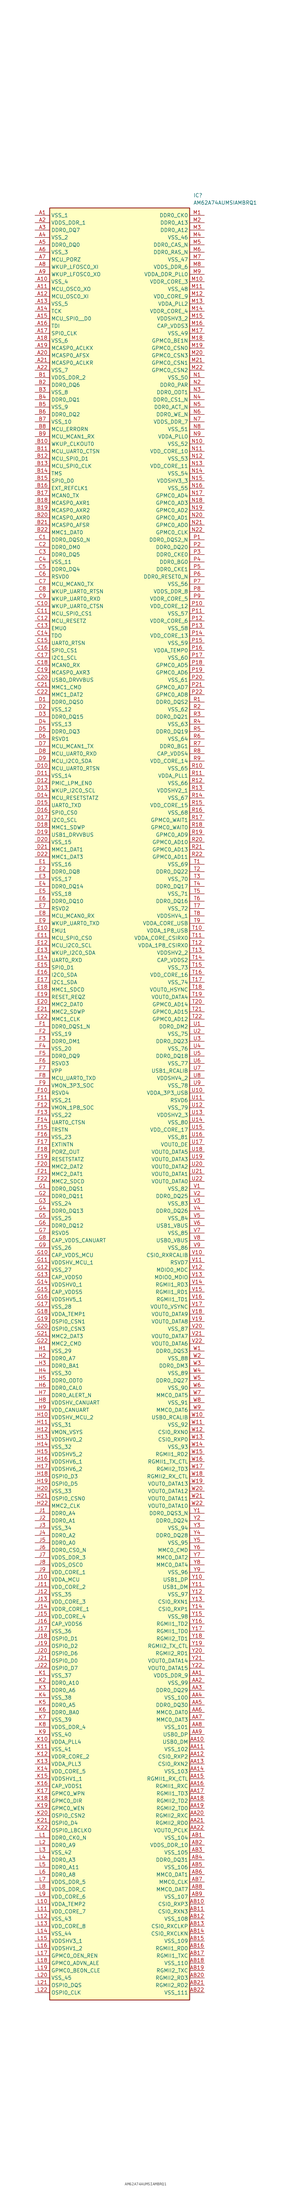
<source format=kicad_sym>
(kicad_symbol_lib
  (version 20211014)
  (generator SamacSys_ECAD_Model)
  (symbol "AM62A74AUMSIAMBRQ1"
    (property "Reference" "IC"
      (at 54.61 7.62 0)
      (effects (font (size 1.27 1.27)) (justify left top)))
    (property "Value" "AM62A74AUMSIAMBRQ1"
      (at 54.61 5.08 0)
      (effects (font (size 1.27 1.27)) (justify left top)))
    (rectangle
      (start 5.08 2.54)
      (end 53.34 -614.68)
      (stroke (width 0.254) (type default))
      (fill (type background)))
    (pin passive line
      (at 0 0 0)
      (length 5.08)
      (name "VSS_1" (effects (font (size 1.27 1.27))))
      (number "A1" (effects (font (size 1.27 1.27)))))
    (pin passive line
      (at 0 -2.54 0)
      (length 5.08)
      (name "VDDS_DDR_1" (effects (font (size 1.27 1.27))))
      (number "A2" (effects (font (size 1.27 1.27)))))
    (pin passive line
      (at 0 -5.08 0)
      (length 5.08)
      (name "DDR0_DQ7" (effects (font (size 1.27 1.27))))
      (number "A3" (effects (font (size 1.27 1.27)))))
    (pin passive line
      (at 0 -7.62 0)
      (length 5.08)
      (name "VSS_2" (effects (font (size 1.27 1.27))))
      (number "A4" (effects (font (size 1.27 1.27)))))
    (pin passive line
      (at 0 -10.16 0)
      (length 5.08)
      (name "DDR0_DQ0" (effects (font (size 1.27 1.27))))
      (number "A5" (effects (font (size 1.27 1.27)))))
    (pin passive line
      (at 0 -12.7 0)
      (length 5.08)
      (name "VSS_3" (effects (font (size 1.27 1.27))))
      (number "A6" (effects (font (size 1.27 1.27)))))
    (pin passive line
      (at 0 -15.24 0)
      (length 5.08)
      (name "MCU_PORZ" (effects (font (size 1.27 1.27))))
      (number "A7" (effects (font (size 1.27 1.27)))))
    (pin passive line
      (at 0 -17.78 0)
      (length 5.08)
      (name "WKUP_LFOSC0_XI" (effects (font (size 1.27 1.27))))
      (number "A8" (effects (font (size 1.27 1.27)))))
    (pin passive line
      (at 0 -20.32 0)
      (length 5.08)
      (name "WKUP_LFOSC0_XO" (effects (font (size 1.27 1.27))))
      (number "A9" (effects (font (size 1.27 1.27)))))
    (pin passive line
      (at 0 -22.86 0)
      (length 5.08)
      (name "VSS_4" (effects (font (size 1.27 1.27))))
      (number "A10" (effects (font (size 1.27 1.27)))))
    (pin passive line
      (at 0 -25.4 0)
      (length 5.08)
      (name "MCU_OSC0_XO" (effects (font (size 1.27 1.27))))
      (number "A11" (effects (font (size 1.27 1.27)))))
    (pin passive line
      (at 0 -27.94 0)
      (length 5.08)
      (name "MCU_OSC0_XI" (effects (font (size 1.27 1.27))))
      (number "A12" (effects (font (size 1.27 1.27)))))
    (pin passive line
      (at 0 -30.48 0)
      (length 5.08)
      (name "VSS_5" (effects (font (size 1.27 1.27))))
      (number "A13" (effects (font (size 1.27 1.27)))))
    (pin passive line
      (at 0 -33.02 0)
      (length 5.08)
      (name "TCK" (effects (font (size 1.27 1.27))))
      (number "A14" (effects (font (size 1.27 1.27)))))
    (pin passive line
      (at 0 -35.56 0)
      (length 5.08)
      (name "MCU_SPI0__D0" (effects (font (size 1.27 1.27))))
      (number "A15" (effects (font (size 1.27 1.27)))))
    (pin passive line
      (at 0 -38.1 0)
      (length 5.08)
      (name "TDI" (effects (font (size 1.27 1.27))))
      (number "A16" (effects (font (size 1.27 1.27)))))
    (pin passive line
      (at 0 -40.64 0)
      (length 5.08)
      (name "SPI0_CLK" (effects (font (size 1.27 1.27))))
      (number "A17" (effects (font (size 1.27 1.27)))))
    (pin passive line
      (at 0 -43.18 0)
      (length 5.08)
      (name "VSS_6" (effects (font (size 1.27 1.27))))
      (number "A18" (effects (font (size 1.27 1.27)))))
    (pin passive line
      (at 0 -45.72 0)
      (length 5.08)
      (name "MCASP0_ACLKX" (effects (font (size 1.27 1.27))))
      (number "A19" (effects (font (size 1.27 1.27)))))
    (pin passive line
      (at 0 -48.26 0)
      (length 5.08)
      (name "MCASP0_AFSX" (effects (font (size 1.27 1.27))))
      (number "A20" (effects (font (size 1.27 1.27)))))
    (pin passive line
      (at 0 -50.8 0)
      (length 5.08)
      (name "MCASP0_ACLKR" (effects (font (size 1.27 1.27))))
      (number "A21" (effects (font (size 1.27 1.27)))))
    (pin passive line
      (at 0 -53.34 0)
      (length 5.08)
      (name "VSS_7" (effects (font (size 1.27 1.27))))
      (number "A22" (effects (font (size 1.27 1.27)))))
    (pin passive line
      (at 0 -55.88 0)
      (length 5.08)
      (name "VDDS_DDR_2" (effects (font (size 1.27 1.27))))
      (number "B1" (effects (font (size 1.27 1.27)))))
    (pin passive line
      (at 0 -58.42 0)
      (length 5.08)
      (name "DDR0_DQ6" (effects (font (size 1.27 1.27))))
      (number "B2" (effects (font (size 1.27 1.27)))))
    (pin passive line
      (at 0 -60.96 0)
      (length 5.08)
      (name "VSS_8" (effects (font (size 1.27 1.27))))
      (number "B3" (effects (font (size 1.27 1.27)))))
    (pin passive line
      (at 0 -63.5 0)
      (length 5.08)
      (name "DDR0_DQ1" (effects (font (size 1.27 1.27))))
      (number "B4" (effects (font (size 1.27 1.27)))))
    (pin passive line
      (at 0 -66.04 0)
      (length 5.08)
      (name "VSS_9" (effects (font (size 1.27 1.27))))
      (number "B5" (effects (font (size 1.27 1.27)))))
    (pin passive line
      (at 0 -68.58 0)
      (length 5.08)
      (name "DDR0_DQ2" (effects (font (size 1.27 1.27))))
      (number "B6" (effects (font (size 1.27 1.27)))))
    (pin passive line
      (at 0 -71.12 0)
      (length 5.08)
      (name "VSS_10" (effects (font (size 1.27 1.27))))
      (number "B7" (effects (font (size 1.27 1.27)))))
    (pin passive line
      (at 0 -73.66 0)
      (length 5.08)
      (name "MCU_ERRORN" (effects (font (size 1.27 1.27))))
      (number "B8" (effects (font (size 1.27 1.27)))))
    (pin passive line
      (at 0 -76.2 0)
      (length 5.08)
      (name "MCU_MCAN1_RX" (effects (font (size 1.27 1.27))))
      (number "B9" (effects (font (size 1.27 1.27)))))
    (pin passive line
      (at 0 -78.74 0)
      (length 5.08)
      (name "WKUP_CLKOUT0" (effects (font (size 1.27 1.27))))
      (number "B10" (effects (font (size 1.27 1.27)))))
    (pin passive line
      (at 0 -81.28 0)
      (length 5.08)
      (name "MCU_UART0_CTSN" (effects (font (size 1.27 1.27))))
      (number "B11" (effects (font (size 1.27 1.27)))))
    (pin passive line
      (at 0 -83.82 0)
      (length 5.08)
      (name "MCU_SPI0_D1" (effects (font (size 1.27 1.27))))
      (number "B12" (effects (font (size 1.27 1.27)))))
    (pin passive line
      (at 0 -86.36 0)
      (length 5.08)
      (name "MCU_SPI0_CLK" (effects (font (size 1.27 1.27))))
      (number "B13" (effects (font (size 1.27 1.27)))))
    (pin passive line
      (at 0 -88.9 0)
      (length 5.08)
      (name "TMS" (effects (font (size 1.27 1.27))))
      (number "B14" (effects (font (size 1.27 1.27)))))
    (pin passive line
      (at 0 -91.44 0)
      (length 5.08)
      (name "SPI0_D0" (effects (font (size 1.27 1.27))))
      (number "B15" (effects (font (size 1.27 1.27)))))
    (pin passive line
      (at 0 -93.98 0)
      (length 5.08)
      (name "EXT_REFCLK1" (effects (font (size 1.27 1.27))))
      (number "B16" (effects (font (size 1.27 1.27)))))
    (pin passive line
      (at 0 -96.52 0)
      (length 5.08)
      (name "MCAN0_TX" (effects (font (size 1.27 1.27))))
      (number "B17" (effects (font (size 1.27 1.27)))))
    (pin passive line
      (at 0 -99.06 0)
      (length 5.08)
      (name "MCASP0_AXR1" (effects (font (size 1.27 1.27))))
      (number "B18" (effects (font (size 1.27 1.27)))))
    (pin passive line
      (at 0 -101.6 0)
      (length 5.08)
      (name "MCASP0_AXR2" (effects (font (size 1.27 1.27))))
      (number "B19" (effects (font (size 1.27 1.27)))))
    (pin passive line
      (at 0 -104.14 0)
      (length 5.08)
      (name "MCASP0_AXR0" (effects (font (size 1.27 1.27))))
      (number "B20" (effects (font (size 1.27 1.27)))))
    (pin passive line
      (at 0 -106.68 0)
      (length 5.08)
      (name "MCASP0_AFSR" (effects (font (size 1.27 1.27))))
      (number "B21" (effects (font (size 1.27 1.27)))))
    (pin passive line
      (at 0 -109.22 0)
      (length 5.08)
      (name "MMC1_DAT0" (effects (font (size 1.27 1.27))))
      (number "B22" (effects (font (size 1.27 1.27)))))
    (pin passive line
      (at 0 -111.76 0)
      (length 5.08)
      (name "DDR0_DQS0_N" (effects (font (size 1.27 1.27))))
      (number "C1" (effects (font (size 1.27 1.27)))))
    (pin passive line
      (at 0 -114.3 0)
      (length 5.08)
      (name "DDR0_DM0" (effects (font (size 1.27 1.27))))
      (number "C2" (effects (font (size 1.27 1.27)))))
    (pin passive line
      (at 0 -116.84 0)
      (length 5.08)
      (name "DDR0_DQ5" (effects (font (size 1.27 1.27))))
      (number "C3" (effects (font (size 1.27 1.27)))))
    (pin passive line
      (at 0 -119.38 0)
      (length 5.08)
      (name "VSS_11" (effects (font (size 1.27 1.27))))
      (number "C4" (effects (font (size 1.27 1.27)))))
    (pin passive line
      (at 0 -121.92 0)
      (length 5.08)
      (name "DDR0_DQ4" (effects (font (size 1.27 1.27))))
      (number "C5" (effects (font (size 1.27 1.27)))))
    (pin passive line
      (at 0 -124.46 0)
      (length 5.08)
      (name "RSVD0" (effects (font (size 1.27 1.27))))
      (number "C6" (effects (font (size 1.27 1.27)))))
    (pin passive line
      (at 0 -127 0)
      (length 5.08)
      (name "MCU_MCAN0_TX" (effects (font (size 1.27 1.27))))
      (number "C7" (effects (font (size 1.27 1.27)))))
    (pin passive line
      (at 0 -129.54 0)
      (length 5.08)
      (name "WKUP_UART0_RTSN" (effects (font (size 1.27 1.27))))
      (number "C8" (effects (font (size 1.27 1.27)))))
    (pin passive line
      (at 0 -132.08 0)
      (length 5.08)
      (name "WKUP_UART0_RXD" (effects (font (size 1.27 1.27))))
      (number "C9" (effects (font (size 1.27 1.27)))))
    (pin passive line
      (at 0 -134.62 0)
      (length 5.08)
      (name "WKUP_UART0_CTSN" (effects (font (size 1.27 1.27))))
      (number "C10" (effects (font (size 1.27 1.27)))))
    (pin passive line
      (at 0 -137.16 0)
      (length 5.08)
      (name "MCU_SPI0_CS1" (effects (font (size 1.27 1.27))))
      (number "C11" (effects (font (size 1.27 1.27)))))
    (pin passive line
      (at 0 -139.7 0)
      (length 5.08)
      (name "MCU_RESETZ" (effects (font (size 1.27 1.27))))
      (number "C12" (effects (font (size 1.27 1.27)))))
    (pin passive line
      (at 0 -142.24 0)
      (length 5.08)
      (name "EMU0" (effects (font (size 1.27 1.27))))
      (number "C13" (effects (font (size 1.27 1.27)))))
    (pin passive line
      (at 0 -144.78 0)
      (length 5.08)
      (name "TDO" (effects (font (size 1.27 1.27))))
      (number "C14" (effects (font (size 1.27 1.27)))))
    (pin passive line
      (at 0 -147.32 0)
      (length 5.08)
      (name "UART0_RTSN" (effects (font (size 1.27 1.27))))
      (number "C15" (effects (font (size 1.27 1.27)))))
    (pin passive line
      (at 0 -149.86 0)
      (length 5.08)
      (name "SPI0_CS1" (effects (font (size 1.27 1.27))))
      (number "C16" (effects (font (size 1.27 1.27)))))
    (pin passive line
      (at 0 -152.4 0)
      (length 5.08)
      (name "I2C1_SCL" (effects (font (size 1.27 1.27))))
      (number "C17" (effects (font (size 1.27 1.27)))))
    (pin passive line
      (at 0 -154.94 0)
      (length 5.08)
      (name "MCAN0_RX" (effects (font (size 1.27 1.27))))
      (number "C18" (effects (font (size 1.27 1.27)))))
    (pin passive line
      (at 0 -157.48 0)
      (length 5.08)
      (name "MCASP0_AXR3" (effects (font (size 1.27 1.27))))
      (number "C19" (effects (font (size 1.27 1.27)))))
    (pin passive line
      (at 0 -160.02 0)
      (length 5.08)
      (name "USB0_DRVVBUS" (effects (font (size 1.27 1.27))))
      (number "C20" (effects (font (size 1.27 1.27)))))
    (pin passive line
      (at 0 -162.56 0)
      (length 5.08)
      (name "MMC1_CMD" (effects (font (size 1.27 1.27))))
      (number "C21" (effects (font (size 1.27 1.27)))))
    (pin passive line
      (at 0 -165.1 0)
      (length 5.08)
      (name "MMC1_DAT2" (effects (font (size 1.27 1.27))))
      (number "C22" (effects (font (size 1.27 1.27)))))
    (pin passive line
      (at 0 -167.64 0)
      (length 5.08)
      (name "DDR0_DQS0" (effects (font (size 1.27 1.27))))
      (number "D1" (effects (font (size 1.27 1.27)))))
    (pin passive line
      (at 0 -170.18 0)
      (length 5.08)
      (name "VSS_12" (effects (font (size 1.27 1.27))))
      (number "D2" (effects (font (size 1.27 1.27)))))
    (pin passive line
      (at 0 -172.72 0)
      (length 5.08)
      (name "DDR0_DQ15" (effects (font (size 1.27 1.27))))
      (number "D3" (effects (font (size 1.27 1.27)))))
    (pin passive line
      (at 0 -175.26 0)
      (length 5.08)
      (name "VSS_13" (effects (font (size 1.27 1.27))))
      (number "D4" (effects (font (size 1.27 1.27)))))
    (pin passive line
      (at 0 -177.8 0)
      (length 5.08)
      (name "DDR0_DQ3" (effects (font (size 1.27 1.27))))
      (number "D5" (effects (font (size 1.27 1.27)))))
    (pin passive line
      (at 0 -180.34 0)
      (length 5.08)
      (name "RSVD1" (effects (font (size 1.27 1.27))))
      (number "D6" (effects (font (size 1.27 1.27)))))
    (pin passive line
      (at 0 -182.88 0)
      (length 5.08)
      (name "MCU_MCAN1_TX" (effects (font (size 1.27 1.27))))
      (number "D7" (effects (font (size 1.27 1.27)))))
    (pin passive line
      (at 0 -185.42 0)
      (length 5.08)
      (name "MCU_UART0_RXD" (effects (font (size 1.27 1.27))))
      (number "D8" (effects (font (size 1.27 1.27)))))
    (pin passive line
      (at 0 -187.96 0)
      (length 5.08)
      (name "MCU_I2C0_SDA" (effects (font (size 1.27 1.27))))
      (number "D9" (effects (font (size 1.27 1.27)))))
    (pin passive line
      (at 0 -190.5 0)
      (length 5.08)
      (name "MCU_UART0_RTSN" (effects (font (size 1.27 1.27))))
      (number "D10" (effects (font (size 1.27 1.27)))))
    (pin passive line
      (at 0 -193.04 0)
      (length 5.08)
      (name "VSS_14" (effects (font (size 1.27 1.27))))
      (number "D11" (effects (font (size 1.27 1.27)))))
    (pin passive line
      (at 0 -195.58 0)
      (length 5.08)
      (name "PMIC_LPM_EN0" (effects (font (size 1.27 1.27))))
      (number "D12" (effects (font (size 1.27 1.27)))))
    (pin passive line
      (at 0 -198.12 0)
      (length 5.08)
      (name "WKUP_I2C0_SCL" (effects (font (size 1.27 1.27))))
      (number "D13" (effects (font (size 1.27 1.27)))))
    (pin passive line
      (at 0 -200.66 0)
      (length 5.08)
      (name "MCU_RESETSTATZ" (effects (font (size 1.27 1.27))))
      (number "D14" (effects (font (size 1.27 1.27)))))
    (pin passive line
      (at 0 -203.2 0)
      (length 5.08)
      (name "UART0_TXD" (effects (font (size 1.27 1.27))))
      (number "D15" (effects (font (size 1.27 1.27)))))
    (pin passive line
      (at 0 -205.74 0)
      (length 5.08)
      (name "SPI0_CS0" (effects (font (size 1.27 1.27))))
      (number "D16" (effects (font (size 1.27 1.27)))))
    (pin passive line
      (at 0 -208.28 0)
      (length 5.08)
      (name "I2C0_SCL" (effects (font (size 1.27 1.27))))
      (number "D17" (effects (font (size 1.27 1.27)))))
    (pin passive line
      (at 0 -210.82 0)
      (length 5.08)
      (name "MMC1_SDWP" (effects (font (size 1.27 1.27))))
      (number "D18" (effects (font (size 1.27 1.27)))))
    (pin passive line
      (at 0 -213.36 0)
      (length 5.08)
      (name "USB1_DRVVBUS" (effects (font (size 1.27 1.27))))
      (number "D19" (effects (font (size 1.27 1.27)))))
    (pin passive line
      (at 0 -215.9 0)
      (length 5.08)
      (name "VSS_15" (effects (font (size 1.27 1.27))))
      (number "D20" (effects (font (size 1.27 1.27)))))
    (pin passive line
      (at 0 -218.44 0)
      (length 5.08)
      (name "MMC1_DAT1" (effects (font (size 1.27 1.27))))
      (number "D21" (effects (font (size 1.27 1.27)))))
    (pin passive line
      (at 0 -220.98 0)
      (length 5.08)
      (name "MMC1_DAT3" (effects (font (size 1.27 1.27))))
      (number "D22" (effects (font (size 1.27 1.27)))))
    (pin passive line
      (at 0 -223.52 0)
      (length 5.08)
      (name "VSS_16" (effects (font (size 1.27 1.27))))
      (number "E1" (effects (font (size 1.27 1.27)))))
    (pin passive line
      (at 0 -226.06 0)
      (length 5.08)
      (name "DDR0_DQ8" (effects (font (size 1.27 1.27))))
      (number "E2" (effects (font (size 1.27 1.27)))))
    (pin passive line
      (at 0 -228.6 0)
      (length 5.08)
      (name "VSS_17" (effects (font (size 1.27 1.27))))
      (number "E3" (effects (font (size 1.27 1.27)))))
    (pin passive line
      (at 0 -231.14 0)
      (length 5.08)
      (name "DDR0_DQ14" (effects (font (size 1.27 1.27))))
      (number "E4" (effects (font (size 1.27 1.27)))))
    (pin passive line
      (at 0 -233.68 0)
      (length 5.08)
      (name "VSS_18" (effects (font (size 1.27 1.27))))
      (number "E5" (effects (font (size 1.27 1.27)))))
    (pin passive line
      (at 0 -236.22 0)
      (length 5.08)
      (name "DDR0_DQ10" (effects (font (size 1.27 1.27))))
      (number "E6" (effects (font (size 1.27 1.27)))))
    (pin passive line
      (at 0 -238.76 0)
      (length 5.08)
      (name "RSVD2" (effects (font (size 1.27 1.27))))
      (number "E7" (effects (font (size 1.27 1.27)))))
    (pin passive line
      (at 0 -241.3 0)
      (length 5.08)
      (name "MCU_MCAN0_RX" (effects (font (size 1.27 1.27))))
      (number "E8" (effects (font (size 1.27 1.27)))))
    (pin passive line
      (at 0 -243.84 0)
      (length 5.08)
      (name "WKUP_UART0_TXD" (effects (font (size 1.27 1.27))))
      (number "E9" (effects (font (size 1.27 1.27)))))
    (pin passive line
      (at 0 -246.38 0)
      (length 5.08)
      (name "EMU1" (effects (font (size 1.27 1.27))))
      (number "E10" (effects (font (size 1.27 1.27)))))
    (pin passive line
      (at 0 -248.92 0)
      (length 5.08)
      (name "MCU_SPI0_CS0" (effects (font (size 1.27 1.27))))
      (number "E11" (effects (font (size 1.27 1.27)))))
    (pin passive line
      (at 0 -251.46 0)
      (length 5.08)
      (name "MCU_I2C0_SCL" (effects (font (size 1.27 1.27))))
      (number "E12" (effects (font (size 1.27 1.27)))))
    (pin passive line
      (at 0 -254 0)
      (length 5.08)
      (name "WKUP_I2C0_SDA" (effects (font (size 1.27 1.27))))
      (number "E13" (effects (font (size 1.27 1.27)))))
    (pin passive line
      (at 0 -256.54 0)
      (length 5.08)
      (name "UART0_RXD" (effects (font (size 1.27 1.27))))
      (number "E14" (effects (font (size 1.27 1.27)))))
    (pin passive line
      (at 0 -259.08 0)
      (length 5.08)
      (name "SPI0_D1" (effects (font (size 1.27 1.27))))
      (number "E15" (effects (font (size 1.27 1.27)))))
    (pin passive line
      (at 0 -261.62 0)
      (length 5.08)
      (name "I2C0_SDA" (effects (font (size 1.27 1.27))))
      (number "E16" (effects (font (size 1.27 1.27)))))
    (pin passive line
      (at 0 -264.16 0)
      (length 5.08)
      (name "I2C1_SDA" (effects (font (size 1.27 1.27))))
      (number "E17" (effects (font (size 1.27 1.27)))))
    (pin passive line
      (at 0 -266.7 0)
      (length 5.08)
      (name "MMC1_SDCD" (effects (font (size 1.27 1.27))))
      (number "E18" (effects (font (size 1.27 1.27)))))
    (pin passive line
      (at 0 -269.24 0)
      (length 5.08)
      (name "RESET_REQZ" (effects (font (size 1.27 1.27))))
      (number "E19" (effects (font (size 1.27 1.27)))))
    (pin passive line
      (at 0 -271.78 0)
      (length 5.08)
      (name "MMC2_DAT0" (effects (font (size 1.27 1.27))))
      (number "E20" (effects (font (size 1.27 1.27)))))
    (pin passive line
      (at 0 -274.32 0)
      (length 5.08)
      (name "MMC2_SDWP" (effects (font (size 1.27 1.27))))
      (number "E21" (effects (font (size 1.27 1.27)))))
    (pin passive line
      (at 0 -276.86 0)
      (length 5.08)
      (name "MMC1_CLK" (effects (font (size 1.27 1.27))))
      (number "E22" (effects (font (size 1.27 1.27)))))
    (pin passive line
      (at 0 -279.4 0)
      (length 5.08)
      (name "DDR0_DQS1_N" (effects (font (size 1.27 1.27))))
      (number "F1" (effects (font (size 1.27 1.27)))))
    (pin passive line
      (at 0 -281.94 0)
      (length 5.08)
      (name "VSS_19" (effects (font (size 1.27 1.27))))
      (number "F2" (effects (font (size 1.27 1.27)))))
    (pin passive line
      (at 0 -284.48 0)
      (length 5.08)
      (name "DDR0_DM1" (effects (font (size 1.27 1.27))))
      (number "F3" (effects (font (size 1.27 1.27)))))
    (pin passive line
      (at 0 -287.02 0)
      (length 5.08)
      (name "VSS_20" (effects (font (size 1.27 1.27))))
      (number "F4" (effects (font (size 1.27 1.27)))))
    (pin passive line
      (at 0 -289.56 0)
      (length 5.08)
      (name "DDR0_DQ9" (effects (font (size 1.27 1.27))))
      (number "F5" (effects (font (size 1.27 1.27)))))
    (pin passive line
      (at 0 -292.1 0)
      (length 5.08)
      (name "RSVD3" (effects (font (size 1.27 1.27))))
      (number "F6" (effects (font (size 1.27 1.27)))))
    (pin passive line
      (at 0 -294.64 0)
      (length 5.08)
      (name "VPP" (effects (font (size 1.27 1.27))))
      (number "F7" (effects (font (size 1.27 1.27)))))
    (pin passive line
      (at 0 -297.18 0)
      (length 5.08)
      (name "MCU_UART0_TXD" (effects (font (size 1.27 1.27))))
      (number "F8" (effects (font (size 1.27 1.27)))))
    (pin passive line
      (at 0 -299.72 0)
      (length 5.08)
      (name "VMON_3P3_SOC" (effects (font (size 1.27 1.27))))
      (number "F9" (effects (font (size 1.27 1.27)))))
    (pin passive line
      (at 0 -302.26 0)
      (length 5.08)
      (name "RSVD4" (effects (font (size 1.27 1.27))))
      (number "F10" (effects (font (size 1.27 1.27)))))
    (pin passive line
      (at 0 -304.8 0)
      (length 5.08)
      (name "VSS_21" (effects (font (size 1.27 1.27))))
      (number "F11" (effects (font (size 1.27 1.27)))))
    (pin passive line
      (at 0 -307.34 0)
      (length 5.08)
      (name "VMON_1P8_SOC" (effects (font (size 1.27 1.27))))
      (number "F12" (effects (font (size 1.27 1.27)))))
    (pin passive line
      (at 0 -309.88 0)
      (length 5.08)
      (name "VSS_22" (effects (font (size 1.27 1.27))))
      (number "F13" (effects (font (size 1.27 1.27)))))
    (pin passive line
      (at 0 -312.42 0)
      (length 5.08)
      (name "UART0_CTSN" (effects (font (size 1.27 1.27))))
      (number "F14" (effects (font (size 1.27 1.27)))))
    (pin passive line
      (at 0 -314.96 0)
      (length 5.08)
      (name "TRSTN" (effects (font (size 1.27 1.27))))
      (number "F15" (effects (font (size 1.27 1.27)))))
    (pin passive line
      (at 0 -317.5 0)
      (length 5.08)
      (name "VSS_23" (effects (font (size 1.27 1.27))))
      (number "F16" (effects (font (size 1.27 1.27)))))
    (pin passive line
      (at 0 -320.04 0)
      (length 5.08)
      (name "EXTINTN" (effects (font (size 1.27 1.27))))
      (number "F17" (effects (font (size 1.27 1.27)))))
    (pin passive line
      (at 0 -322.58 0)
      (length 5.08)
      (name "PORZ_OUT" (effects (font (size 1.27 1.27))))
      (number "F18" (effects (font (size 1.27 1.27)))))
    (pin passive line
      (at 0 -325.12 0)
      (length 5.08)
      (name "RESETSTATZ" (effects (font (size 1.27 1.27))))
      (number "F19" (effects (font (size 1.27 1.27)))))
    (pin passive line
      (at 0 -327.66 0)
      (length 5.08)
      (name "MMC2_DAT2" (effects (font (size 1.27 1.27))))
      (number "F20" (effects (font (size 1.27 1.27)))))
    (pin passive line
      (at 0 -330.2 0)
      (length 5.08)
      (name "MMC2_DAT1" (effects (font (size 1.27 1.27))))
      (number "F21" (effects (font (size 1.27 1.27)))))
    (pin passive line
      (at 0 -332.74 0)
      (length 5.08)
      (name "MMC2_SDCD" (effects (font (size 1.27 1.27))))
      (number "F22" (effects (font (size 1.27 1.27)))))
    (pin passive line
      (at 0 -335.28 0)
      (length 5.08)
      (name "DDR0_DQS1" (effects (font (size 1.27 1.27))))
      (number "G1" (effects (font (size 1.27 1.27)))))
    (pin passive line
      (at 0 -337.82 0)
      (length 5.08)
      (name "DDR0_DQ11" (effects (font (size 1.27 1.27))))
      (number "G2" (effects (font (size 1.27 1.27)))))
    (pin passive line
      (at 0 -340.36 0)
      (length 5.08)
      (name "VSS_24" (effects (font (size 1.27 1.27))))
      (number "G3" (effects (font (size 1.27 1.27)))))
    (pin passive line
      (at 0 -342.9 0)
      (length 5.08)
      (name "DDR0_DQ13" (effects (font (size 1.27 1.27))))
      (number "G4" (effects (font (size 1.27 1.27)))))
    (pin passive line
      (at 0 -345.44 0)
      (length 5.08)
      (name "VSS_25" (effects (font (size 1.27 1.27))))
      (number "G5" (effects (font (size 1.27 1.27)))))
    (pin passive line
      (at 0 -347.98 0)
      (length 5.08)
      (name "DDR0_DQ12" (effects (font (size 1.27 1.27))))
      (number "G6" (effects (font (size 1.27 1.27)))))
    (pin passive line
      (at 0 -350.52 0)
      (length 5.08)
      (name "RSVD5" (effects (font (size 1.27 1.27))))
      (number "G7" (effects (font (size 1.27 1.27)))))
    (pin passive line
      (at 0 -353.06 0)
      (length 5.08)
      (name "CAP_VDDS_CANUART" (effects (font (size 1.27 1.27))))
      (number "G8" (effects (font (size 1.27 1.27)))))
    (pin passive line
      (at 0 -355.6 0)
      (length 5.08)
      (name "VSS_26" (effects (font (size 1.27 1.27))))
      (number "G9" (effects (font (size 1.27 1.27)))))
    (pin passive line
      (at 0 -358.14 0)
      (length 5.08)
      (name "CAP_VDDS_MCU" (effects (font (size 1.27 1.27))))
      (number "G10" (effects (font (size 1.27 1.27)))))
    (pin passive line
      (at 0 -360.68 0)
      (length 5.08)
      (name "VDDSHV_MCU_1" (effects (font (size 1.27 1.27))))
      (number "G11" (effects (font (size 1.27 1.27)))))
    (pin passive line
      (at 0 -363.22 0)
      (length 5.08)
      (name "VSS_27" (effects (font (size 1.27 1.27))))
      (number "G12" (effects (font (size 1.27 1.27)))))
    (pin passive line
      (at 0 -365.76 0)
      (length 5.08)
      (name "CAP_VDDS0" (effects (font (size 1.27 1.27))))
      (number "G13" (effects (font (size 1.27 1.27)))))
    (pin passive line
      (at 0 -368.3 0)
      (length 5.08)
      (name "VDDSHV0_1" (effects (font (size 1.27 1.27))))
      (number "G14" (effects (font (size 1.27 1.27)))))
    (pin passive line
      (at 0 -370.84 0)
      (length 5.08)
      (name "CAP_VDDS5" (effects (font (size 1.27 1.27))))
      (number "G15" (effects (font (size 1.27 1.27)))))
    (pin passive line
      (at 0 -373.38 0)
      (length 5.08)
      (name "VDDSHV5_1" (effects (font (size 1.27 1.27))))
      (number "G16" (effects (font (size 1.27 1.27)))))
    (pin passive line
      (at 0 -375.92 0)
      (length 5.08)
      (name "VSS_28" (effects (font (size 1.27 1.27))))
      (number "G17" (effects (font (size 1.27 1.27)))))
    (pin passive line
      (at 0 -378.46 0)
      (length 5.08)
      (name "VDDA_TEMP1" (effects (font (size 1.27 1.27))))
      (number "G18" (effects (font (size 1.27 1.27)))))
    (pin passive line
      (at 0 -381 0)
      (length 5.08)
      (name "OSPI0_CSN1" (effects (font (size 1.27 1.27))))
      (number "G19" (effects (font (size 1.27 1.27)))))
    (pin passive line
      (at 0 -383.54 0)
      (length 5.08)
      (name "OSPI0_CSN3" (effects (font (size 1.27 1.27))))
      (number "G20" (effects (font (size 1.27 1.27)))))
    (pin passive line
      (at 0 -386.08 0)
      (length 5.08)
      (name "MMC2_DAT3" (effects (font (size 1.27 1.27))))
      (number "G21" (effects (font (size 1.27 1.27)))))
    (pin passive line
      (at 0 -388.62 0)
      (length 5.08)
      (name "MMC2_CMD" (effects (font (size 1.27 1.27))))
      (number "G22" (effects (font (size 1.27 1.27)))))
    (pin passive line
      (at 0 -391.16 0)
      (length 5.08)
      (name "VSS_29" (effects (font (size 1.27 1.27))))
      (number "H1" (effects (font (size 1.27 1.27)))))
    (pin passive line
      (at 0 -393.7 0)
      (length 5.08)
      (name "DDR0_A7" (effects (font (size 1.27 1.27))))
      (number "H2" (effects (font (size 1.27 1.27)))))
    (pin passive line
      (at 0 -396.24 0)
      (length 5.08)
      (name "DDR0_BA1" (effects (font (size 1.27 1.27))))
      (number "H3" (effects (font (size 1.27 1.27)))))
    (pin passive line
      (at 0 -398.78 0)
      (length 5.08)
      (name "VSS_30" (effects (font (size 1.27 1.27))))
      (number "H4" (effects (font (size 1.27 1.27)))))
    (pin passive line
      (at 0 -401.32 0)
      (length 5.08)
      (name "DDR0_ODT0" (effects (font (size 1.27 1.27))))
      (number "H5" (effects (font (size 1.27 1.27)))))
    (pin passive line
      (at 0 -403.86 0)
      (length 5.08)
      (name "DDR0_CAL0" (effects (font (size 1.27 1.27))))
      (number "H6" (effects (font (size 1.27 1.27)))))
    (pin passive line
      (at 0 -406.4 0)
      (length 5.08)
      (name "DDR0_ALERT_N" (effects (font (size 1.27 1.27))))
      (number "H7" (effects (font (size 1.27 1.27)))))
    (pin passive line
      (at 0 -408.94 0)
      (length 5.08)
      (name "VDDSHV_CANUART" (effects (font (size 1.27 1.27))))
      (number "H8" (effects (font (size 1.27 1.27)))))
    (pin passive line
      (at 0 -411.48 0)
      (length 5.08)
      (name "VDD_CANUART" (effects (font (size 1.27 1.27))))
      (number "H9" (effects (font (size 1.27 1.27)))))
    (pin passive line
      (at 0 -414.02 0)
      (length 5.08)
      (name "VDDSHV_MCU_2" (effects (font (size 1.27 1.27))))
      (number "H10" (effects (font (size 1.27 1.27)))))
    (pin passive line
      (at 0 -416.56 0)
      (length 5.08)
      (name "VSS_31" (effects (font (size 1.27 1.27))))
      (number "H11" (effects (font (size 1.27 1.27)))))
    (pin passive line
      (at 0 -419.1 0)
      (length 5.08)
      (name "VMON_VSYS" (effects (font (size 1.27 1.27))))
      (number "H12" (effects (font (size 1.27 1.27)))))
    (pin passive line
      (at 0 -421.64 0)
      (length 5.08)
      (name "VDDSHV0_2" (effects (font (size 1.27 1.27))))
      (number "H13" (effects (font (size 1.27 1.27)))))
    (pin passive line
      (at 0 -424.18 0)
      (length 5.08)
      (name "VSS_32" (effects (font (size 1.27 1.27))))
      (number "H14" (effects (font (size 1.27 1.27)))))
    (pin passive line
      (at 0 -426.72 0)
      (length 5.08)
      (name "VDDSHV5_2" (effects (font (size 1.27 1.27))))
      (number "H15" (effects (font (size 1.27 1.27)))))
    (pin passive line
      (at 0 -429.26 0)
      (length 5.08)
      (name "VDDSHV6_1" (effects (font (size 1.27 1.27))))
      (number "H16" (effects (font (size 1.27 1.27)))))
    (pin passive line
      (at 0 -431.8 0)
      (length 5.08)
      (name "VDDSHV6_2" (effects (font (size 1.27 1.27))))
      (number "H17" (effects (font (size 1.27 1.27)))))
    (pin passive line
      (at 0 -434.34 0)
      (length 5.08)
      (name "OSPI0_D3" (effects (font (size 1.27 1.27))))
      (number "H18" (effects (font (size 1.27 1.27)))))
    (pin passive line
      (at 0 -436.88 0)
      (length 5.08)
      (name "OSPI0_D5" (effects (font (size 1.27 1.27))))
      (number "H19" (effects (font (size 1.27 1.27)))))
    (pin passive line
      (at 0 -439.42 0)
      (length 5.08)
      (name "VSS_33" (effects (font (size 1.27 1.27))))
      (number "H20" (effects (font (size 1.27 1.27)))))
    (pin passive line
      (at 0 -441.96 0)
      (length 5.08)
      (name "OSPI0_CSN0" (effects (font (size 1.27 1.27))))
      (number "H21" (effects (font (size 1.27 1.27)))))
    (pin passive line
      (at 0 -444.5 0)
      (length 5.08)
      (name "MMC2_CLK" (effects (font (size 1.27 1.27))))
      (number "H22" (effects (font (size 1.27 1.27)))))
    (pin passive line
      (at 0 -447.04 0)
      (length 5.08)
      (name "DDR0_A4" (effects (font (size 1.27 1.27))))
      (number "J1" (effects (font (size 1.27 1.27)))))
    (pin passive line
      (at 0 -449.58 0)
      (length 5.08)
      (name "DDR0_A1" (effects (font (size 1.27 1.27))))
      (number "J2" (effects (font (size 1.27 1.27)))))
    (pin passive line
      (at 0 -452.12 0)
      (length 5.08)
      (name "VSS_34" (effects (font (size 1.27 1.27))))
      (number "J3" (effects (font (size 1.27 1.27)))))
    (pin passive line
      (at 0 -454.66 0)
      (length 5.08)
      (name "DDR0_A2" (effects (font (size 1.27 1.27))))
      (number "J4" (effects (font (size 1.27 1.27)))))
    (pin passive line
      (at 0 -457.2 0)
      (length 5.08)
      (name "DDR0_A0" (effects (font (size 1.27 1.27))))
      (number "J5" (effects (font (size 1.27 1.27)))))
    (pin passive line
      (at 0 -459.74 0)
      (length 5.08)
      (name "DDR0_CS0_N" (effects (font (size 1.27 1.27))))
      (number "J6" (effects (font (size 1.27 1.27)))))
    (pin passive line
      (at 0 -462.28 0)
      (length 5.08)
      (name "VDDS_DDR_3" (effects (font (size 1.27 1.27))))
      (number "J7" (effects (font (size 1.27 1.27)))))
    (pin passive line
      (at 0 -464.82 0)
      (length 5.08)
      (name "VDDS_OSC0" (effects (font (size 1.27 1.27))))
      (number "J8" (effects (font (size 1.27 1.27)))))
    (pin passive line
      (at 0 -467.36 0)
      (length 5.08)
      (name "VDD_CORE_1" (effects (font (size 1.27 1.27))))
      (number "J9" (effects (font (size 1.27 1.27)))))
    (pin passive line
      (at 0 -469.9 0)
      (length 5.08)
      (name "VDDA_MCU" (effects (font (size 1.27 1.27))))
      (number "J10" (effects (font (size 1.27 1.27)))))
    (pin passive line
      (at 0 -472.44 0)
      (length 5.08)
      (name "VDD_CORE_2" (effects (font (size 1.27 1.27))))
      (number "J11" (effects (font (size 1.27 1.27)))))
    (pin passive line
      (at 0 -474.98 0)
      (length 5.08)
      (name "VSS_35" (effects (font (size 1.27 1.27))))
      (number "J12" (effects (font (size 1.27 1.27)))))
    (pin passive line
      (at 0 -477.52 0)
      (length 5.08)
      (name "VDD_CORE_3" (effects (font (size 1.27 1.27))))
      (number "J13" (effects (font (size 1.27 1.27)))))
    (pin passive line
      (at 0 -480.06 0)
      (length 5.08)
      (name "VDDR_CORE_1" (effects (font (size 1.27 1.27))))
      (number "J14" (effects (font (size 1.27 1.27)))))
    (pin passive line
      (at 0 -482.6 0)
      (length 5.08)
      (name "VDD_CORE_4" (effects (font (size 1.27 1.27))))
      (number "J15" (effects (font (size 1.27 1.27)))))
    (pin passive line
      (at 0 -485.14 0)
      (length 5.08)
      (name "CAP_VDDS6" (effects (font (size 1.27 1.27))))
      (number "J16" (effects (font (size 1.27 1.27)))))
    (pin passive line
      (at 0 -487.68 0)
      (length 5.08)
      (name "VSS_36" (effects (font (size 1.27 1.27))))
      (number "J17" (effects (font (size 1.27 1.27)))))
    (pin passive line
      (at 0 -490.22 0)
      (length 5.08)
      (name "OSPI0_D1" (effects (font (size 1.27 1.27))))
      (number "J18" (effects (font (size 1.27 1.27)))))
    (pin passive line
      (at 0 -492.76 0)
      (length 5.08)
      (name "OSPI0_D2" (effects (font (size 1.27 1.27))))
      (number "J19" (effects (font (size 1.27 1.27)))))
    (pin passive line
      (at 0 -495.3 0)
      (length 5.08)
      (name "OSPI0_D6" (effects (font (size 1.27 1.27))))
      (number "J20" (effects (font (size 1.27 1.27)))))
    (pin passive line
      (at 0 -497.84 0)
      (length 5.08)
      (name "OSPI0_D0" (effects (font (size 1.27 1.27))))
      (number "J21" (effects (font (size 1.27 1.27)))))
    (pin passive line
      (at 0 -500.38 0)
      (length 5.08)
      (name "OSPI0_D7" (effects (font (size 1.27 1.27))))
      (number "J22" (effects (font (size 1.27 1.27)))))
    (pin passive line
      (at 0 -502.92 0)
      (length 5.08)
      (name "VSS_37" (effects (font (size 1.27 1.27))))
      (number "K1" (effects (font (size 1.27 1.27)))))
    (pin passive line
      (at 0 -505.46 0)
      (length 5.08)
      (name "DDR0_A10" (effects (font (size 1.27 1.27))))
      (number "K2" (effects (font (size 1.27 1.27)))))
    (pin passive line
      (at 0 -508 0)
      (length 5.08)
      (name "DDR0_A6" (effects (font (size 1.27 1.27))))
      (number "K3" (effects (font (size 1.27 1.27)))))
    (pin passive line
      (at 0 -510.54 0)
      (length 5.08)
      (name "VSS_38" (effects (font (size 1.27 1.27))))
      (number "K4" (effects (font (size 1.27 1.27)))))
    (pin passive line
      (at 0 -513.08 0)
      (length 5.08)
      (name "DDR0_A5" (effects (font (size 1.27 1.27))))
      (number "K5" (effects (font (size 1.27 1.27)))))
    (pin passive line
      (at 0 -515.62 0)
      (length 5.08)
      (name "DDR0_BA0" (effects (font (size 1.27 1.27))))
      (number "K6" (effects (font (size 1.27 1.27)))))
    (pin passive line
      (at 0 -518.16 0)
      (length 5.08)
      (name "VSS_39" (effects (font (size 1.27 1.27))))
      (number "K7" (effects (font (size 1.27 1.27)))))
    (pin passive line
      (at 0 -520.7 0)
      (length 5.08)
      (name "VDDS_DDR_4" (effects (font (size 1.27 1.27))))
      (number "K8" (effects (font (size 1.27 1.27)))))
    (pin passive line
      (at 0 -523.24 0)
      (length 5.08)
      (name "VSS_40" (effects (font (size 1.27 1.27))))
      (number "K9" (effects (font (size 1.27 1.27)))))
    (pin passive line
      (at 0 -525.78 0)
      (length 5.08)
      (name "VDDA_PLL4" (effects (font (size 1.27 1.27))))
      (number "K10" (effects (font (size 1.27 1.27)))))
    (pin passive line
      (at 0 -528.32 0)
      (length 5.08)
      (name "VSS_41" (effects (font (size 1.27 1.27))))
      (number "K11" (effects (font (size 1.27 1.27)))))
    (pin passive line
      (at 0 -530.86 0)
      (length 5.08)
      (name "VDDR_CORE_2" (effects (font (size 1.27 1.27))))
      (number "K12" (effects (font (size 1.27 1.27)))))
    (pin passive line
      (at 0 -533.4 0)
      (length 5.08)
      (name "VDDA_PLL3" (effects (font (size 1.27 1.27))))
      (number "K13" (effects (font (size 1.27 1.27)))))
    (pin passive line
      (at 0 -535.94 0)
      (length 5.08)
      (name "VDD_CORE_5" (effects (font (size 1.27 1.27))))
      (number "K14" (effects (font (size 1.27 1.27)))))
    (pin passive line
      (at 0 -538.48 0)
      (length 5.08)
      (name "VDDSHV1_1" (effects (font (size 1.27 1.27))))
      (number "K15" (effects (font (size 1.27 1.27)))))
    (pin passive line
      (at 0 -541.02 0)
      (length 5.08)
      (name "CAP_VDDS1" (effects (font (size 1.27 1.27))))
      (number "K16" (effects (font (size 1.27 1.27)))))
    (pin passive line
      (at 0 -543.56 0)
      (length 5.08)
      (name "GPMC0_WPN" (effects (font (size 1.27 1.27))))
      (number "K17" (effects (font (size 1.27 1.27)))))
    (pin passive line
      (at 0 -546.1 0)
      (length 5.08)
      (name "GPMC0_DIR" (effects (font (size 1.27 1.27))))
      (number "K18" (effects (font (size 1.27 1.27)))))
    (pin passive line
      (at 0 -548.64 0)
      (length 5.08)
      (name "GPMC0_WEN" (effects (font (size 1.27 1.27))))
      (number "K19" (effects (font (size 1.27 1.27)))))
    (pin passive line
      (at 0 -551.18 0)
      (length 5.08)
      (name "OSPI0_CSN2" (effects (font (size 1.27 1.27))))
      (number "K20" (effects (font (size 1.27 1.27)))))
    (pin passive line
      (at 0 -553.72 0)
      (length 5.08)
      (name "OSPI0_D4" (effects (font (size 1.27 1.27))))
      (number "K21" (effects (font (size 1.27 1.27)))))
    (pin passive line
      (at 0 -556.26 0)
      (length 5.08)
      (name "OSPI0_LBCLKO" (effects (font (size 1.27 1.27))))
      (number "K22" (effects (font (size 1.27 1.27)))))
    (pin passive line
      (at 0 -558.8 0)
      (length 5.08)
      (name "DDR0_CK0_N" (effects (font (size 1.27 1.27))))
      (number "L1" (effects (font (size 1.27 1.27)))))
    (pin passive line
      (at 0 -561.34 0)
      (length 5.08)
      (name "DDR0_A9" (effects (font (size 1.27 1.27))))
      (number "L2" (effects (font (size 1.27 1.27)))))
    (pin passive line
      (at 0 -563.88 0)
      (length 5.08)
      (name "VSS_42" (effects (font (size 1.27 1.27))))
      (number "L3" (effects (font (size 1.27 1.27)))))
    (pin passive line
      (at 0 -566.42 0)
      (length 5.08)
      (name "DDR0_A3" (effects (font (size 1.27 1.27))))
      (number "L4" (effects (font (size 1.27 1.27)))))
    (pin passive line
      (at 0 -568.96 0)
      (length 5.08)
      (name "DDR0_A11" (effects (font (size 1.27 1.27))))
      (number "L5" (effects (font (size 1.27 1.27)))))
    (pin passive line
      (at 0 -571.5 0)
      (length 5.08)
      (name "DDR0_A8" (effects (font (size 1.27 1.27))))
      (number "L6" (effects (font (size 1.27 1.27)))))
    (pin passive line
      (at 0 -574.04 0)
      (length 5.08)
      (name "VDDS_DDR_5" (effects (font (size 1.27 1.27))))
      (number "L7" (effects (font (size 1.27 1.27)))))
    (pin passive line
      (at 0 -576.58 0)
      (length 5.08)
      (name "VDDS_DDR_C" (effects (font (size 1.27 1.27))))
      (number "L8" (effects (font (size 1.27 1.27)))))
    (pin passive line
      (at 0 -579.12 0)
      (length 5.08)
      (name "VDD_CORE_6" (effects (font (size 1.27 1.27))))
      (number "L9" (effects (font (size 1.27 1.27)))))
    (pin passive line
      (at 0 -581.66 0)
      (length 5.08)
      (name "VDDA_TEMP2" (effects (font (size 1.27 1.27))))
      (number "L10" (effects (font (size 1.27 1.27)))))
    (pin passive line
      (at 0 -584.2 0)
      (length 5.08)
      (name "VDD_CORE_7" (effects (font (size 1.27 1.27))))
      (number "L11" (effects (font (size 1.27 1.27)))))
    (pin passive line
      (at 0 -586.74 0)
      (length 5.08)
      (name "VSS_43" (effects (font (size 1.27 1.27))))
      (number "L12" (effects (font (size 1.27 1.27)))))
    (pin passive line
      (at 0 -589.28 0)
      (length 5.08)
      (name "VDD_CORE_8" (effects (font (size 1.27 1.27))))
      (number "L13" (effects (font (size 1.27 1.27)))))
    (pin passive line
      (at 0 -591.82 0)
      (length 5.08)
      (name "VSS_44" (effects (font (size 1.27 1.27))))
      (number "L14" (effects (font (size 1.27 1.27)))))
    (pin passive line
      (at 0 -594.36 0)
      (length 5.08)
      (name "VDDSHV3_1" (effects (font (size 1.27 1.27))))
      (number "L15" (effects (font (size 1.27 1.27)))))
    (pin passive line
      (at 0 -596.9 0)
      (length 5.08)
      (name "VDDSHV1_2" (effects (font (size 1.27 1.27))))
      (number "L16" (effects (font (size 1.27 1.27)))))
    (pin passive line
      (at 0 -599.44 0)
      (length 5.08)
      (name "GPMC0_OEN_REN" (effects (font (size 1.27 1.27))))
      (number "L17" (effects (font (size 1.27 1.27)))))
    (pin passive line
      (at 0 -601.98 0)
      (length 5.08)
      (name "GPMC0_ADVN_ALE" (effects (font (size 1.27 1.27))))
      (number "L18" (effects (font (size 1.27 1.27)))))
    (pin passive line
      (at 0 -604.52 0)
      (length 5.08)
      (name "GPMC0_BE0N_CLE" (effects (font (size 1.27 1.27))))
      (number "L19" (effects (font (size 1.27 1.27)))))
    (pin passive line
      (at 0 -607.06 0)
      (length 5.08)
      (name "VSS_45" (effects (font (size 1.27 1.27))))
      (number "L20" (effects (font (size 1.27 1.27)))))
    (pin passive line
      (at 0 -609.6 0)
      (length 5.08)
      (name "OSPI0_DQS" (effects (font (size 1.27 1.27))))
      (number "L21" (effects (font (size 1.27 1.27)))))
    (pin passive line
      (at 0 -612.14 0)
      (length 5.08)
      (name "OSPI0_CLK" (effects (font (size 1.27 1.27))))
      (number "L22" (effects (font (size 1.27 1.27)))))
    (pin passive line
      (at 58.42 0 180)
      (length 5.08)
      (name "DDR0_CK0" (effects (font (size 1.27 1.27))))
      (number "M1" (effects (font (size 1.27 1.27)))))
    (pin passive line
      (at 58.42 -2.54 180)
      (length 5.08)
      (name "DDR0_A13" (effects (font (size 1.27 1.27))))
      (number "M2" (effects (font (size 1.27 1.27)))))
    (pin passive line
      (at 58.42 -5.08 180)
      (length 5.08)
      (name "DDR0_A12" (effects (font (size 1.27 1.27))))
      (number "M3" (effects (font (size 1.27 1.27)))))
    (pin passive line
      (at 58.42 -7.62 180)
      (length 5.08)
      (name "VSS_46" (effects (font (size 1.27 1.27))))
      (number "M4" (effects (font (size 1.27 1.27)))))
    (pin passive line
      (at 58.42 -10.16 180)
      (length 5.08)
      (name "DDR0_CAS_N" (effects (font (size 1.27 1.27))))
      (number "M5" (effects (font (size 1.27 1.27)))))
    (pin passive line
      (at 58.42 -12.7 180)
      (length 5.08)
      (name "DDR0_RAS_N" (effects (font (size 1.27 1.27))))
      (number "M6" (effects (font (size 1.27 1.27)))))
    (pin passive line
      (at 58.42 -15.24 180)
      (length 5.08)
      (name "VSS_47" (effects (font (size 1.27 1.27))))
      (number "M7" (effects (font (size 1.27 1.27)))))
    (pin passive line
      (at 58.42 -17.78 180)
      (length 5.08)
      (name "VDDS_DDR_6" (effects (font (size 1.27 1.27))))
      (number "M8" (effects (font (size 1.27 1.27)))))
    (pin passive line
      (at 58.42 -20.32 180)
      (length 5.08)
      (name "VDDA_DDR_PLL0" (effects (font (size 1.27 1.27))))
      (number "M9" (effects (font (size 1.27 1.27)))))
    (pin passive line
      (at 58.42 -22.86 180)
      (length 5.08)
      (name "VDDR_CORE_3" (effects (font (size 1.27 1.27))))
      (number "M10" (effects (font (size 1.27 1.27)))))
    (pin passive line
      (at 58.42 -25.4 180)
      (length 5.08)
      (name "VSS_48" (effects (font (size 1.27 1.27))))
      (number "M11" (effects (font (size 1.27 1.27)))))
    (pin passive line
      (at 58.42 -27.94 180)
      (length 5.08)
      (name "VDD_CORE_9" (effects (font (size 1.27 1.27))))
      (number "M12" (effects (font (size 1.27 1.27)))))
    (pin passive line
      (at 58.42 -30.48 180)
      (length 5.08)
      (name "VDDA_PLL2" (effects (font (size 1.27 1.27))))
      (number "M13" (effects (font (size 1.27 1.27)))))
    (pin passive line
      (at 58.42 -33.02 180)
      (length 5.08)
      (name "VDDR_CORE_4" (effects (font (size 1.27 1.27))))
      (number "M14" (effects (font (size 1.27 1.27)))))
    (pin passive line
      (at 58.42 -35.56 180)
      (length 5.08)
      (name "VDDSHV3_2" (effects (font (size 1.27 1.27))))
      (number "M15" (effects (font (size 1.27 1.27)))))
    (pin passive line
      (at 58.42 -38.1 180)
      (length 5.08)
      (name "CAP_VDDS3" (effects (font (size 1.27 1.27))))
      (number "M16" (effects (font (size 1.27 1.27)))))
    (pin passive line
      (at 58.42 -40.64 180)
      (length 5.08)
      (name "VSS_49" (effects (font (size 1.27 1.27))))
      (number "M17" (effects (font (size 1.27 1.27)))))
    (pin passive line
      (at 58.42 -43.18 180)
      (length 5.08)
      (name "GPMC0_BE1N" (effects (font (size 1.27 1.27))))
      (number "M18" (effects (font (size 1.27 1.27)))))
    (pin passive line
      (at 58.42 -45.72 180)
      (length 5.08)
      (name "GPMC0_CSN0" (effects (font (size 1.27 1.27))))
      (number "M19" (effects (font (size 1.27 1.27)))))
    (pin passive line
      (at 58.42 -48.26 180)
      (length 5.08)
      (name "GPMC0_CSN3" (effects (font (size 1.27 1.27))))
      (number "M20" (effects (font (size 1.27 1.27)))))
    (pin passive line
      (at 58.42 -50.8 180)
      (length 5.08)
      (name "GPMC0_CSN1" (effects (font (size 1.27 1.27))))
      (number "M21" (effects (font (size 1.27 1.27)))))
    (pin passive line
      (at 58.42 -53.34 180)
      (length 5.08)
      (name "GPMC0_CSN2" (effects (font (size 1.27 1.27))))
      (number "M22" (effects (font (size 1.27 1.27)))))
    (pin passive line
      (at 58.42 -55.88 180)
      (length 5.08)
      (name "VSS_50" (effects (font (size 1.27 1.27))))
      (number "N1" (effects (font (size 1.27 1.27)))))
    (pin passive line
      (at 58.42 -58.42 180)
      (length 5.08)
      (name "DDR0_PAR" (effects (font (size 1.27 1.27))))
      (number "N2" (effects (font (size 1.27 1.27)))))
    (pin passive line
      (at 58.42 -60.96 180)
      (length 5.08)
      (name "DDR0_ODT1" (effects (font (size 1.27 1.27))))
      (number "N3" (effects (font (size 1.27 1.27)))))
    (pin passive line
      (at 58.42 -63.5 180)
      (length 5.08)
      (name "DDR0_CS1_N" (effects (font (size 1.27 1.27))))
      (number "N4" (effects (font (size 1.27 1.27)))))
    (pin passive line
      (at 58.42 -66.04 180)
      (length 5.08)
      (name "DDR0_ACT_N" (effects (font (size 1.27 1.27))))
      (number "N5" (effects (font (size 1.27 1.27)))))
    (pin passive line
      (at 58.42 -68.58 180)
      (length 5.08)
      (name "DDR0_WE_N" (effects (font (size 1.27 1.27))))
      (number "N6" (effects (font (size 1.27 1.27)))))
    (pin passive line
      (at 58.42 -71.12 180)
      (length 5.08)
      (name "VDDS_DDR_7" (effects (font (size 1.27 1.27))))
      (number "N7" (effects (font (size 1.27 1.27)))))
    (pin passive line
      (at 58.42 -73.66 180)
      (length 5.08)
      (name "VSS_51" (effects (font (size 1.27 1.27))))
      (number "N8" (effects (font (size 1.27 1.27)))))
    (pin passive line
      (at 58.42 -76.2 180)
      (length 5.08)
      (name "VDDA_PLL0" (effects (font (size 1.27 1.27))))
      (number "N9" (effects (font (size 1.27 1.27)))))
    (pin passive line
      (at 58.42 -78.74 180)
      (length 5.08)
      (name "VSS_52" (effects (font (size 1.27 1.27))))
      (number "N10" (effects (font (size 1.27 1.27)))))
    (pin passive line
      (at 58.42 -81.28 180)
      (length 5.08)
      (name "VDD_CORE_10" (effects (font (size 1.27 1.27))))
      (number "N11" (effects (font (size 1.27 1.27)))))
    (pin passive line
      (at 58.42 -83.82 180)
      (length 5.08)
      (name "VSS_53" (effects (font (size 1.27 1.27))))
      (number "N12" (effects (font (size 1.27 1.27)))))
    (pin passive line
      (at 58.42 -86.36 180)
      (length 5.08)
      (name "VDD_CORE_11" (effects (font (size 1.27 1.27))))
      (number "N13" (effects (font (size 1.27 1.27)))))
    (pin passive line
      (at 58.42 -88.9 180)
      (length 5.08)
      (name "VSS_54" (effects (font (size 1.27 1.27))))
      (number "N14" (effects (font (size 1.27 1.27)))))
    (pin passive line
      (at 58.42 -91.44 180)
      (length 5.08)
      (name "VDDSHV3_3" (effects (font (size 1.27 1.27))))
      (number "N15" (effects (font (size 1.27 1.27)))))
    (pin passive line
      (at 58.42 -93.98 180)
      (length 5.08)
      (name "VSS_55" (effects (font (size 1.27 1.27))))
      (number "N16" (effects (font (size 1.27 1.27)))))
    (pin passive line
      (at 58.42 -96.52 180)
      (length 5.08)
      (name "GPMC0_AD4" (effects (font (size 1.27 1.27))))
      (number "N17" (effects (font (size 1.27 1.27)))))
    (pin passive line
      (at 58.42 -99.06 180)
      (length 5.08)
      (name "GPMC0_AD3" (effects (font (size 1.27 1.27))))
      (number "N18" (effects (font (size 1.27 1.27)))))
    (pin passive line
      (at 58.42 -101.6 180)
      (length 5.08)
      (name "GPMC0_AD2" (effects (font (size 1.27 1.27))))
      (number "N19" (effects (font (size 1.27 1.27)))))
    (pin passive line
      (at 58.42 -104.14 180)
      (length 5.08)
      (name "GPMC0_AD1" (effects (font (size 1.27 1.27))))
      (number "N20" (effects (font (size 1.27 1.27)))))
    (pin passive line
      (at 58.42 -106.68 180)
      (length 5.08)
      (name "GPMC0_AD0" (effects (font (size 1.27 1.27))))
      (number "N21" (effects (font (size 1.27 1.27)))))
    (pin passive line
      (at 58.42 -109.22 180)
      (length 5.08)
      (name "GPMC0_CLK" (effects (font (size 1.27 1.27))))
      (number "N22" (effects (font (size 1.27 1.27)))))
    (pin passive line
      (at 58.42 -111.76 180)
      (length 5.08)
      (name "DDR0_DQS2_N" (effects (font (size 1.27 1.27))))
      (number "P1" (effects (font (size 1.27 1.27)))))
    (pin passive line
      (at 58.42 -114.3 180)
      (length 5.08)
      (name "DDR0_DQ20" (effects (font (size 1.27 1.27))))
      (number "P2" (effects (font (size 1.27 1.27)))))
    (pin passive line
      (at 58.42 -116.84 180)
      (length 5.08)
      (name "DDR0_CKE0" (effects (font (size 1.27 1.27))))
      (number "P3" (effects (font (size 1.27 1.27)))))
    (pin passive line
      (at 58.42 -119.38 180)
      (length 5.08)
      (name "DDR0_BG0" (effects (font (size 1.27 1.27))))
      (number "P4" (effects (font (size 1.27 1.27)))))
    (pin passive line
      (at 58.42 -121.92 180)
      (length 5.08)
      (name "DDR0_CKE1" (effects (font (size 1.27 1.27))))
      (number "P5" (effects (font (size 1.27 1.27)))))
    (pin passive line
      (at 58.42 -124.46 180)
      (length 5.08)
      (name "DDR0_RESET0_N" (effects (font (size 1.27 1.27))))
      (number "P6" (effects (font (size 1.27 1.27)))))
    (pin passive line
      (at 58.42 -127 180)
      (length 5.08)
      (name "VSS_56" (effects (font (size 1.27 1.27))))
      (number "P7" (effects (font (size 1.27 1.27)))))
    (pin passive line
      (at 58.42 -129.54 180)
      (length 5.08)
      (name "VDDS_DDR_8" (effects (font (size 1.27 1.27))))
      (number "P8" (effects (font (size 1.27 1.27)))))
    (pin passive line
      (at 58.42 -132.08 180)
      (length 5.08)
      (name "VDDR_CORE_5" (effects (font (size 1.27 1.27))))
      (number "P9" (effects (font (size 1.27 1.27)))))
    (pin passive line
      (at 58.42 -134.62 180)
      (length 5.08)
      (name "VDD_CORE_12" (effects (font (size 1.27 1.27))))
      (number "P10" (effects (font (size 1.27 1.27)))))
    (pin passive line
      (at 58.42 -137.16 180)
      (length 5.08)
      (name "VSS_57" (effects (font (size 1.27 1.27))))
      (number "P11" (effects (font (size 1.27 1.27)))))
    (pin passive line
      (at 58.42 -139.7 180)
      (length 5.08)
      (name "VDDR_CORE_6" (effects (font (size 1.27 1.27))))
      (number "P12" (effects (font (size 1.27 1.27)))))
    (pin passive line
      (at 58.42 -142.24 180)
      (length 5.08)
      (name "VSS_58" (effects (font (size 1.27 1.27))))
      (number "P13" (effects (font (size 1.27 1.27)))))
    (pin passive line
      (at 58.42 -144.78 180)
      (length 5.08)
      (name "VDD_CORE_13" (effects (font (size 1.27 1.27))))
      (number "P14" (effects (font (size 1.27 1.27)))))
    (pin passive line
      (at 58.42 -147.32 180)
      (length 5.08)
      (name "VSS_59" (effects (font (size 1.27 1.27))))
      (number "P15" (effects (font (size 1.27 1.27)))))
    (pin passive line
      (at 58.42 -149.86 180)
      (length 5.08)
      (name "VDDA_TEMP0" (effects (font (size 1.27 1.27))))
      (number "P16" (effects (font (size 1.27 1.27)))))
    (pin passive line
      (at 58.42 -152.4 180)
      (length 5.08)
      (name "VSS_60" (effects (font (size 1.27 1.27))))
      (number "P17" (effects (font (size 1.27 1.27)))))
    (pin passive line
      (at 58.42 -154.94 180)
      (length 5.08)
      (name "GPMC0_AD5" (effects (font (size 1.27 1.27))))
      (number "P18" (effects (font (size 1.27 1.27)))))
    (pin passive line
      (at 58.42 -157.48 180)
      (length 5.08)
      (name "GPMC0_AD6" (effects (font (size 1.27 1.27))))
      (number "P19" (effects (font (size 1.27 1.27)))))
    (pin passive line
      (at 58.42 -160.02 180)
      (length 5.08)
      (name "VSS_61" (effects (font (size 1.27 1.27))))
      (number "P20" (effects (font (size 1.27 1.27)))))
    (pin passive line
      (at 58.42 -162.56 180)
      (length 5.08)
      (name "GPMC0_AD7" (effects (font (size 1.27 1.27))))
      (number "P21" (effects (font (size 1.27 1.27)))))
    (pin passive line
      (at 58.42 -165.1 180)
      (length 5.08)
      (name "GPMC0_AD8" (effects (font (size 1.27 1.27))))
      (number "P22" (effects (font (size 1.27 1.27)))))
    (pin passive line
      (at 58.42 -167.64 180)
      (length 5.08)
      (name "DDR0_DQS2" (effects (font (size 1.27 1.27))))
      (number "R1" (effects (font (size 1.27 1.27)))))
    (pin passive line
      (at 58.42 -170.18 180)
      (length 5.08)
      (name "VSS_62" (effects (font (size 1.27 1.27))))
      (number "R2" (effects (font (size 1.27 1.27)))))
    (pin passive line
      (at 58.42 -172.72 180)
      (length 5.08)
      (name "DDR0_DQ21" (effects (font (size 1.27 1.27))))
      (number "R3" (effects (font (size 1.27 1.27)))))
    (pin passive line
      (at 58.42 -175.26 180)
      (length 5.08)
      (name "VSS_63" (effects (font (size 1.27 1.27))))
      (number "R4" (effects (font (size 1.27 1.27)))))
    (pin passive line
      (at 58.42 -177.8 180)
      (length 5.08)
      (name "DDR0_DQ19" (effects (font (size 1.27 1.27))))
      (number "R5" (effects (font (size 1.27 1.27)))))
    (pin passive line
      (at 58.42 -180.34 180)
      (length 5.08)
      (name "VSS_64" (effects (font (size 1.27 1.27))))
      (number "R6" (effects (font (size 1.27 1.27)))))
    (pin passive line
      (at 58.42 -182.88 180)
      (length 5.08)
      (name "DDR0_BG1" (effects (font (size 1.27 1.27))))
      (number "R7" (effects (font (size 1.27 1.27)))))
    (pin passive line
      (at 58.42 -185.42 180)
      (length 5.08)
      (name "CAP_VDDS4" (effects (font (size 1.27 1.27))))
      (number "R8" (effects (font (size 1.27 1.27)))))
    (pin passive line
      (at 58.42 -187.96 180)
      (length 5.08)
      (name "VDD_CORE_14" (effects (font (size 1.27 1.27))))
      (number "R9" (effects (font (size 1.27 1.27)))))
    (pin passive line
      (at 58.42 -190.5 180)
      (length 5.08)
      (name "VSS_65" (effects (font (size 1.27 1.27))))
      (number "R10" (effects (font (size 1.27 1.27)))))
    (pin passive line
      (at 58.42 -193.04 180)
      (length 5.08)
      (name "VDDA_PLL1" (effects (font (size 1.27 1.27))))
      (number "R11" (effects (font (size 1.27 1.27)))))
    (pin passive line
      (at 58.42 -195.58 180)
      (length 5.08)
      (name "VSS_66" (effects (font (size 1.27 1.27))))
      (number "R12" (effects (font (size 1.27 1.27)))))
    (pin passive line
      (at 58.42 -198.12 180)
      (length 5.08)
      (name "VDDSHV2_1" (effects (font (size 1.27 1.27))))
      (number "R13" (effects (font (size 1.27 1.27)))))
    (pin passive line
      (at 58.42 -200.66 180)
      (length 5.08)
      (name "VSS_67" (effects (font (size 1.27 1.27))))
      (number "R14" (effects (font (size 1.27 1.27)))))
    (pin passive line
      (at 58.42 -203.2 180)
      (length 5.08)
      (name "VDD_CORE_15" (effects (font (size 1.27 1.27))))
      (number "R15" (effects (font (size 1.27 1.27)))))
    (pin passive line
      (at 58.42 -205.74 180)
      (length 5.08)
      (name "VSS_68" (effects (font (size 1.27 1.27))))
      (number "R16" (effects (font (size 1.27 1.27)))))
    (pin passive line
      (at 58.42 -208.28 180)
      (length 5.08)
      (name "GPMC0_WAIT1" (effects (font (size 1.27 1.27))))
      (number "R17" (effects (font (size 1.27 1.27)))))
    (pin passive line
      (at 58.42 -210.82 180)
      (length 5.08)
      (name "GPMC0_WAIT0" (effects (font (size 1.27 1.27))))
      (number "R18" (effects (font (size 1.27 1.27)))))
    (pin passive line
      (at 58.42 -213.36 180)
      (length 5.08)
      (name "GPMC0_AD9" (effects (font (size 1.27 1.27))))
      (number "R19" (effects (font (size 1.27 1.27)))))
    (pin passive line
      (at 58.42 -215.9 180)
      (length 5.08)
      (name "GPMC0_AD10" (effects (font (size 1.27 1.27))))
      (number "R20" (effects (font (size 1.27 1.27)))))
    (pin passive line
      (at 58.42 -218.44 180)
      (length 5.08)
      (name "GPMC0_AD13" (effects (font (size 1.27 1.27))))
      (number "R21" (effects (font (size 1.27 1.27)))))
    (pin passive line
      (at 58.42 -220.98 180)
      (length 5.08)
      (name "GPMC0_AD11" (effects (font (size 1.27 1.27))))
      (number "R22" (effects (font (size 1.27 1.27)))))
    (pin passive line
      (at 58.42 -223.52 180)
      (length 5.08)
      (name "VSS_69" (effects (font (size 1.27 1.27))))
      (number "T1" (effects (font (size 1.27 1.27)))))
    (pin passive line
      (at 58.42 -226.06 180)
      (length 5.08)
      (name "DDR0_DQ22" (effects (font (size 1.27 1.27))))
      (number "T2" (effects (font (size 1.27 1.27)))))
    (pin passive line
      (at 58.42 -228.6 180)
      (length 5.08)
      (name "VSS_70" (effects (font (size 1.27 1.27))))
      (number "T3" (effects (font (size 1.27 1.27)))))
    (pin passive line
      (at 58.42 -231.14 180)
      (length 5.08)
      (name "DDR0_DQ17" (effects (font (size 1.27 1.27))))
      (number "T4" (effects (font (size 1.27 1.27)))))
    (pin passive line
      (at 58.42 -233.68 180)
      (length 5.08)
      (name "VSS_71" (effects (font (size 1.27 1.27))))
      (number "T5" (effects (font (size 1.27 1.27)))))
    (pin passive line
      (at 58.42 -236.22 180)
      (length 5.08)
      (name "DDR0_DQ16" (effects (font (size 1.27 1.27))))
      (number "T6" (effects (font (size 1.27 1.27)))))
    (pin passive line
      (at 58.42 -238.76 180)
      (length 5.08)
      (name "VSS_72" (effects (font (size 1.27 1.27))))
      (number "T7" (effects (font (size 1.27 1.27)))))
    (pin passive line
      (at 58.42 -241.3 180)
      (length 5.08)
      (name "VDDSHV4_1" (effects (font (size 1.27 1.27))))
      (number "T8" (effects (font (size 1.27 1.27)))))
    (pin passive line
      (at 58.42 -243.84 180)
      (length 5.08)
      (name "VDDA_CORE_USB" (effects (font (size 1.27 1.27))))
      (number "T9" (effects (font (size 1.27 1.27)))))
    (pin passive line
      (at 58.42 -246.38 180)
      (length 5.08)
      (name "VDDA_1P8_USB" (effects (font (size 1.27 1.27))))
      (number "T10" (effects (font (size 1.27 1.27)))))
    (pin passive line
      (at 58.42 -248.92 180)
      (length 5.08)
      (name "VDDA_CORE_CSIRX0" (effects (font (size 1.27 1.27))))
      (number "T11" (effects (font (size 1.27 1.27)))))
    (pin passive line
      (at 58.42 -251.46 180)
      (length 5.08)
      (name "VDDA_1P8_CSIRX0" (effects (font (size 1.27 1.27))))
      (number "T12" (effects (font (size 1.27 1.27)))))
    (pin passive line
      (at 58.42 -254 180)
      (length 5.08)
      (name "VDDSHV2_2" (effects (font (size 1.27 1.27))))
      (number "T13" (effects (font (size 1.27 1.27)))))
    (pin passive line
      (at 58.42 -256.54 180)
      (length 5.08)
      (name "CAP_VDDS2" (effects (font (size 1.27 1.27))))
      (number "T14" (effects (font (size 1.27 1.27)))))
    (pin passive line
      (at 58.42 -259.08 180)
      (length 5.08)
      (name "VSS_73" (effects (font (size 1.27 1.27))))
      (number "T15" (effects (font (size 1.27 1.27)))))
    (pin passive line
      (at 58.42 -261.62 180)
      (length 5.08)
      (name "VDD_CORE_16" (effects (font (size 1.27 1.27))))
      (number "T16" (effects (font (size 1.27 1.27)))))
    (pin passive line
      (at 58.42 -264.16 180)
      (length 5.08)
      (name "VSS_74" (effects (font (size 1.27 1.27))))
      (number "T17" (effects (font (size 1.27 1.27)))))
    (pin passive line
      (at 58.42 -266.7 180)
      (length 5.08)
      (name "VOUT0_HSYNC" (effects (font (size 1.27 1.27))))
      (number "T18" (effects (font (size 1.27 1.27)))))
    (pin passive line
      (at 58.42 -269.24 180)
      (length 5.08)
      (name "VOUT0_DATA4" (effects (font (size 1.27 1.27))))
      (number "T19" (effects (font (size 1.27 1.27)))))
    (pin passive line
      (at 58.42 -271.78 180)
      (length 5.08)
      (name "GPMC0_AD14" (effects (font (size 1.27 1.27))))
      (number "T20" (effects (font (size 1.27 1.27)))))
    (pin passive line
      (at 58.42 -274.32 180)
      (length 5.08)
      (name "GPMC0_AD15" (effects (font (size 1.27 1.27))))
      (number "T21" (effects (font (size 1.27 1.27)))))
    (pin passive line
      (at 58.42 -276.86 180)
      (length 5.08)
      (name "GPMC0_AD12" (effects (font (size 1.27 1.27))))
      (number "T22" (effects (font (size 1.27 1.27)))))
    (pin passive line
      (at 58.42 -279.4 180)
      (length 5.08)
      (name "DDR0_DM2" (effects (font (size 1.27 1.27))))
      (number "U1" (effects (font (size 1.27 1.27)))))
    (pin passive line
      (at 58.42 -281.94 180)
      (length 5.08)
      (name "VSS_75" (effects (font (size 1.27 1.27))))
      (number "U2" (effects (font (size 1.27 1.27)))))
    (pin passive line
      (at 58.42 -284.48 180)
      (length 5.08)
      (name "DDR0_DQ23" (effects (font (size 1.27 1.27))))
      (number "U3" (effects (font (size 1.27 1.27)))))
    (pin passive line
      (at 58.42 -287.02 180)
      (length 5.08)
      (name "VSS_76" (effects (font (size 1.27 1.27))))
      (number "U4" (effects (font (size 1.27 1.27)))))
    (pin passive line
      (at 58.42 -289.56 180)
      (length 5.08)
      (name "DDR0_DQ18" (effects (font (size 1.27 1.27))))
      (number "U5" (effects (font (size 1.27 1.27)))))
    (pin passive line
      (at 58.42 -292.1 180)
      (length 5.08)
      (name "VSS_77" (effects (font (size 1.27 1.27))))
      (number "U6" (effects (font (size 1.27 1.27)))))
    (pin passive line
      (at 58.42 -294.64 180)
      (length 5.08)
      (name "USB1_RCALIB" (effects (font (size 1.27 1.27))))
      (number "U7" (effects (font (size 1.27 1.27)))))
    (pin passive line
      (at 58.42 -297.18 180)
      (length 5.08)
      (name "VDDSHV4_2" (effects (font (size 1.27 1.27))))
      (number "U8" (effects (font (size 1.27 1.27)))))
    (pin passive line
      (at 58.42 -299.72 180)
      (length 5.08)
      (name "VSS_78" (effects (font (size 1.27 1.27))))
      (number "U9" (effects (font (size 1.27 1.27)))))
    (pin passive line
      (at 58.42 -302.26 180)
      (length 5.08)
      (name "VDDA_3P3_USB" (effects (font (size 1.27 1.27))))
      (number "U10" (effects (font (size 1.27 1.27)))))
    (pin passive line
      (at 58.42 -304.8 180)
      (length 5.08)
      (name "RSVD6" (effects (font (size 1.27 1.27))))
      (number "U11" (effects (font (size 1.27 1.27)))))
    (pin passive line
      (at 58.42 -307.34 180)
      (length 5.08)
      (name "VSS_79" (effects (font (size 1.27 1.27))))
      (number "U12" (effects (font (size 1.27 1.27)))))
    (pin passive line
      (at 58.42 -309.88 180)
      (length 5.08)
      (name "VDDSHV2_3" (effects (font (size 1.27 1.27))))
      (number "U13" (effects (font (size 1.27 1.27)))))
    (pin passive line
      (at 58.42 -312.42 180)
      (length 5.08)
      (name "VSS_80" (effects (font (size 1.27 1.27))))
      (number "U14" (effects (font (size 1.27 1.27)))))
    (pin passive line
      (at 58.42 -314.96 180)
      (length 5.08)
      (name "VDD_CORE_17" (effects (font (size 1.27 1.27))))
      (number "U15" (effects (font (size 1.27 1.27)))))
    (pin passive line
      (at 58.42 -317.5 180)
      (length 5.08)
      (name "VSS_81" (effects (font (size 1.27 1.27))))
      (number "U16" (effects (font (size 1.27 1.27)))))
    (pin passive line
      (at 58.42 -320.04 180)
      (length 5.08)
      (name "VOUT0_DE" (effects (font (size 1.27 1.27))))
      (number "U17" (effects (font (size 1.27 1.27)))))
    (pin passive line
      (at 58.42 -322.58 180)
      (length 5.08)
      (name "VOUT0_DATA5" (effects (font (size 1.27 1.27))))
      (number "U18" (effects (font (size 1.27 1.27)))))
    (pin passive line
      (at 58.42 -325.12 180)
      (length 5.08)
      (name "VOUT0_DATA3" (effects (font (size 1.27 1.27))))
      (number "U19" (effects (font (size 1.27 1.27)))))
    (pin passive line
      (at 58.42 -327.66 180)
      (length 5.08)
      (name "VOUT0_DATA2" (effects (font (size 1.27 1.27))))
      (number "U20" (effects (font (size 1.27 1.27)))))
    (pin passive line
      (at 58.42 -330.2 180)
      (length 5.08)
      (name "VOUT0_DATA1" (effects (font (size 1.27 1.27))))
      (number "U21" (effects (font (size 1.27 1.27)))))
    (pin passive line
      (at 58.42 -332.74 180)
      (length 5.08)
      (name "VOUT0_DATA0" (effects (font (size 1.27 1.27))))
      (number "U22" (effects (font (size 1.27 1.27)))))
    (pin passive line
      (at 58.42 -335.28 180)
      (length 5.08)
      (name "VSS_82" (effects (font (size 1.27 1.27))))
      (number "V1" (effects (font (size 1.27 1.27)))))
    (pin passive line
      (at 58.42 -337.82 180)
      (length 5.08)
      (name "DDR0_DQ25" (effects (font (size 1.27 1.27))))
      (number "V2" (effects (font (size 1.27 1.27)))))
    (pin passive line
      (at 58.42 -340.36 180)
      (length 5.08)
      (name "VSS_83" (effects (font (size 1.27 1.27))))
      (number "V3" (effects (font (size 1.27 1.27)))))
    (pin passive line
      (at 58.42 -342.9 180)
      (length 5.08)
      (name "DDR0_DQ26" (effects (font (size 1.27 1.27))))
      (number "V4" (effects (font (size 1.27 1.27)))))
    (pin passive line
      (at 58.42 -345.44 180)
      (length 5.08)
      (name "VSS_84" (effects (font (size 1.27 1.27))))
      (number "V5" (effects (font (size 1.27 1.27)))))
    (pin passive line
      (at 58.42 -347.98 180)
      (length 5.08)
      (name "USB1_VBUS" (effects (font (size 1.27 1.27))))
      (number "V6" (effects (font (size 1.27 1.27)))))
    (pin passive line
      (at 58.42 -350.52 180)
      (length 5.08)
      (name "VSS_85" (effects (font (size 1.27 1.27))))
      (number "V7" (effects (font (size 1.27 1.27)))))
    (pin passive line
      (at 58.42 -353.06 180)
      (length 5.08)
      (name "USB0_VBUS" (effects (font (size 1.27 1.27))))
      (number "V8" (effects (font (size 1.27 1.27)))))
    (pin passive line
      (at 58.42 -355.6 180)
      (length 5.08)
      (name "VSS_86" (effects (font (size 1.27 1.27))))
      (number "V9" (effects (font (size 1.27 1.27)))))
    (pin passive line
      (at 58.42 -358.14 180)
      (length 5.08)
      (name "CSI0_RXRCALIB" (effects (font (size 1.27 1.27))))
      (number "V10" (effects (font (size 1.27 1.27)))))
    (pin passive line
      (at 58.42 -360.68 180)
      (length 5.08)
      (name "RSVD7" (effects (font (size 1.27 1.27))))
      (number "V11" (effects (font (size 1.27 1.27)))))
    (pin passive line
      (at 58.42 -363.22 180)
      (length 5.08)
      (name "MDIO0_MDC" (effects (font (size 1.27 1.27))))
      (number "V12" (effects (font (size 1.27 1.27)))))
    (pin passive line
      (at 58.42 -365.76 180)
      (length 5.08)
      (name "MDIO0_MDIO" (effects (font (size 1.27 1.27))))
      (number "V13" (effects (font (size 1.27 1.27)))))
    (pin passive line
      (at 58.42 -368.3 180)
      (length 5.08)
      (name "RGMII1_RD3" (effects (font (size 1.27 1.27))))
      (number "V14" (effects (font (size 1.27 1.27)))))
    (pin passive line
      (at 58.42 -370.84 180)
      (length 5.08)
      (name "RGMII1_RD1" (effects (font (size 1.27 1.27))))
      (number "V15" (effects (font (size 1.27 1.27)))))
    (pin passive line
      (at 58.42 -373.38 180)
      (length 5.08)
      (name "RGMII1_TD1" (effects (font (size 1.27 1.27))))
      (number "V16" (effects (font (size 1.27 1.27)))))
    (pin passive line
      (at 58.42 -375.92 180)
      (length 5.08)
      (name "VOUT0_VSYNC" (effects (font (size 1.27 1.27))))
      (number "V17" (effects (font (size 1.27 1.27)))))
    (pin passive line
      (at 58.42 -378.46 180)
      (length 5.08)
      (name "VOUT0_DATA9" (effects (font (size 1.27 1.27))))
      (number "V18" (effects (font (size 1.27 1.27)))))
    (pin passive line
      (at 58.42 -381 180)
      (length 5.08)
      (name "VOUT0_DATA8" (effects (font (size 1.27 1.27))))
      (number "V19" (effects (font (size 1.27 1.27)))))
    (pin passive line
      (at 58.42 -383.54 180)
      (length 5.08)
      (name "VSS_87" (effects (font (size 1.27 1.27))))
      (number "V20" (effects (font (size 1.27 1.27)))))
    (pin passive line
      (at 58.42 -386.08 180)
      (length 5.08)
      (name "VOUT0_DATA7" (effects (font (size 1.27 1.27))))
      (number "V21" (effects (font (size 1.27 1.27)))))
    (pin passive line
      (at 58.42 -388.62 180)
      (length 5.08)
      (name "VOUT0_DATA6" (effects (font (size 1.27 1.27))))
      (number "V22" (effects (font (size 1.27 1.27)))))
    (pin passive line
      (at 58.42 -391.16 180)
      (length 5.08)
      (name "DDR0_DQS3" (effects (font (size 1.27 1.27))))
      (number "W1" (effects (font (size 1.27 1.27)))))
    (pin passive line
      (at 58.42 -393.7 180)
      (length 5.08)
      (name "VSS_88" (effects (font (size 1.27 1.27))))
      (number "W2" (effects (font (size 1.27 1.27)))))
    (pin passive line
      (at 58.42 -396.24 180)
      (length 5.08)
      (name "DDR0_DM3" (effects (font (size 1.27 1.27))))
      (number "W3" (effects (font (size 1.27 1.27)))))
    (pin passive line
      (at 58.42 -398.78 180)
      (length 5.08)
      (name "VSS_89" (effects (font (size 1.27 1.27))))
      (number "W4" (effects (font (size 1.27 1.27)))))
    (pin passive line
      (at 58.42 -401.32 180)
      (length 5.08)
      (name "DDR0_DQ27" (effects (font (size 1.27 1.27))))
      (number "W5" (effects (font (size 1.27 1.27)))))
    (pin passive line
      (at 58.42 -403.86 180)
      (length 5.08)
      (name "VSS_90" (effects (font (size 1.27 1.27))))
      (number "W6" (effects (font (size 1.27 1.27)))))
    (pin passive line
      (at 58.42 -406.4 180)
      (length 5.08)
      (name "MMC0_DAT5" (effects (font (size 1.27 1.27))))
      (number "W7" (effects (font (size 1.27 1.27)))))
    (pin passive line
      (at 58.42 -408.94 180)
      (length 5.08)
      (name "VSS_91" (effects (font (size 1.27 1.27))))
      (number "W8" (effects (font (size 1.27 1.27)))))
    (pin passive line
      (at 58.42 -411.48 180)
      (length 5.08)
      (name "MMC0_DAT6" (effects (font (size 1.27 1.27))))
      (number "W9" (effects (font (size 1.27 1.27)))))
    (pin passive line
      (at 58.42 -414.02 180)
      (length 5.08)
      (name "USB0_RCALIB" (effects (font (size 1.27 1.27))))
      (number "W10" (effects (font (size 1.27 1.27)))))
    (pin passive line
      (at 58.42 -416.56 180)
      (length 5.08)
      (name "VSS_92" (effects (font (size 1.27 1.27))))
      (number "W11" (effects (font (size 1.27 1.27)))))
    (pin passive line
      (at 58.42 -419.1 180)
      (length 5.08)
      (name "CSI0_RXN0" (effects (font (size 1.27 1.27))))
      (number "W12" (effects (font (size 1.27 1.27)))))
    (pin passive line
      (at 58.42 -421.64 180)
      (length 5.08)
      (name "CSI0_RXP0" (effects (font (size 1.27 1.27))))
      (number "W13" (effects (font (size 1.27 1.27)))))
    (pin passive line
      (at 58.42 -424.18 180)
      (length 5.08)
      (name "VSS_93" (effects (font (size 1.27 1.27))))
      (number "W14" (effects (font (size 1.27 1.27)))))
    (pin passive line
      (at 58.42 -426.72 180)
      (length 5.08)
      (name "RGMII1_RD2" (effects (font (size 1.27 1.27))))
      (number "W15" (effects (font (size 1.27 1.27)))))
    (pin passive line
      (at 58.42 -429.26 180)
      (length 5.08)
      (name "RGMII1_TX_CTL" (effects (font (size 1.27 1.27))))
      (number "W16" (effects (font (size 1.27 1.27)))))
    (pin passive line
      (at 58.42 -431.8 180)
      (length 5.08)
      (name "RGMII2_TD3" (effects (font (size 1.27 1.27))))
      (number "W17" (effects (font (size 1.27 1.27)))))
    (pin passive line
      (at 58.42 -434.34 180)
      (length 5.08)
      (name "RGMII2_RX_CTL" (effects (font (size 1.27 1.27))))
      (number "W18" (effects (font (size 1.27 1.27)))))
    (pin passive line
      (at 58.42 -436.88 180)
      (length 5.08)
      (name "VOUT0_DATA13" (effects (font (size 1.27 1.27))))
      (number "W19" (effects (font (size 1.27 1.27)))))
    (pin passive line
      (at 58.42 -439.42 180)
      (length 5.08)
      (name "VOUT0_DATA12" (effects (font (size 1.27 1.27))))
      (number "W20" (effects (font (size 1.27 1.27)))))
    (pin passive line
      (at 58.42 -441.96 180)
      (length 5.08)
      (name "VOUT0_DATA11" (effects (font (size 1.27 1.27))))
      (number "W21" (effects (font (size 1.27 1.27)))))
    (pin passive line
      (at 58.42 -444.5 180)
      (length 5.08)
      (name "VOUT0_DATA10" (effects (font (size 1.27 1.27))))
      (number "W22" (effects (font (size 1.27 1.27)))))
    (pin passive line
      (at 58.42 -447.04 180)
      (length 5.08)
      (name "DDR0_DQS3_N" (effects (font (size 1.27 1.27))))
      (number "Y1" (effects (font (size 1.27 1.27)))))
    (pin passive line
      (at 58.42 -449.58 180)
      (length 5.08)
      (name "DDR0_DQ24" (effects (font (size 1.27 1.27))))
      (number "Y2" (effects (font (size 1.27 1.27)))))
    (pin passive line
      (at 58.42 -452.12 180)
      (length 5.08)
      (name "VSS_94" (effects (font (size 1.27 1.27))))
      (number "Y3" (effects (font (size 1.27 1.27)))))
    (pin passive line
      (at 58.42 -454.66 180)
      (length 5.08)
      (name "DDR0_DQ28" (effects (font (size 1.27 1.27))))
      (number "Y4" (effects (font (size 1.27 1.27)))))
    (pin passive line
      (at 58.42 -457.2 180)
      (length 5.08)
      (name "VSS_95" (effects (font (size 1.27 1.27))))
      (number "Y5" (effects (font (size 1.27 1.27)))))
    (pin passive line
      (at 58.42 -459.74 180)
      (length 5.08)
      (name "MMC0_CMD" (effects (font (size 1.27 1.27))))
      (number "Y6" (effects (font (size 1.27 1.27)))))
    (pin passive line
      (at 58.42 -462.28 180)
      (length 5.08)
      (name "MMC0_DAT2" (effects (font (size 1.27 1.27))))
      (number "Y7" (effects (font (size 1.27 1.27)))))
    (pin passive line
      (at 58.42 -464.82 180)
      (length 5.08)
      (name "MMC0_DAT4" (effects (font (size 1.27 1.27))))
      (number "Y8" (effects (font (size 1.27 1.27)))))
    (pin passive line
      (at 58.42 -467.36 180)
      (length 5.08)
      (name "VSS_96" (effects (font (size 1.27 1.27))))
      (number "Y9" (effects (font (size 1.27 1.27)))))
    (pin passive line
      (at 58.42 -469.9 180)
      (length 5.08)
      (name "USB1_DP" (effects (font (size 1.27 1.27))))
      (number "Y10" (effects (font (size 1.27 1.27)))))
    (pin passive line
      (at 58.42 -472.44 180)
      (length 5.08)
      (name "USB1_DM" (effects (font (size 1.27 1.27))))
      (number "Y11" (effects (font (size 1.27 1.27)))))
    (pin passive line
      (at 58.42 -474.98 180)
      (length 5.08)
      (name "VSS_97" (effects (font (size 1.27 1.27))))
      (number "Y12" (effects (font (size 1.27 1.27)))))
    (pin passive line
      (at 58.42 -477.52 180)
      (length 5.08)
      (name "CSI0_RXN1" (effects (font (size 1.27 1.27))))
      (number "Y13" (effects (font (size 1.27 1.27)))))
    (pin passive line
      (at 58.42 -480.06 180)
      (length 5.08)
      (name "CSI0_RXP1" (effects (font (size 1.27 1.27))))
      (number "Y14" (effects (font (size 1.27 1.27)))))
    (pin passive line
      (at 58.42 -482.6 180)
      (length 5.08)
      (name "VSS_98" (effects (font (size 1.27 1.27))))
      (number "Y15" (effects (font (size 1.27 1.27)))))
    (pin passive line
      (at 58.42 -485.14 180)
      (length 5.08)
      (name "RGMII1_TD2" (effects (font (size 1.27 1.27))))
      (number "Y16" (effects (font (size 1.27 1.27)))))
    (pin passive line
      (at 58.42 -487.68 180)
      (length 5.08)
      (name "RGMII1_TD0" (effects (font (size 1.27 1.27))))
      (number "Y17" (effects (font (size 1.27 1.27)))))
    (pin passive line
      (at 58.42 -490.22 180)
      (length 5.08)
      (name "RGMII2_TD1" (effects (font (size 1.27 1.27))))
      (number "Y18" (effects (font (size 1.27 1.27)))))
    (pin passive line
      (at 58.42 -492.76 180)
      (length 5.08)
      (name "RGMII2_TX_CTL" (effects (font (size 1.27 1.27))))
      (number "Y19" (effects (font (size 1.27 1.27)))))
    (pin passive line
      (at 58.42 -495.3 180)
      (length 5.08)
      (name "RGMII2_RD1" (effects (font (size 1.27 1.27))))
      (number "Y20" (effects (font (size 1.27 1.27)))))
    (pin passive line
      (at 58.42 -497.84 180)
      (length 5.08)
      (name "VOUT0_DATA14" (effects (font (size 1.27 1.27))))
      (number "Y21" (effects (font (size 1.27 1.27)))))
    (pin passive line
      (at 58.42 -500.38 180)
      (length 5.08)
      (name "VOUT0_DATA15" (effects (font (size 1.27 1.27))))
      (number "Y22" (effects (font (size 1.27 1.27)))))
    (pin passive line
      (at 58.42 -502.92 180)
      (length 5.08)
      (name "VDDS_DDR_9" (effects (font (size 1.27 1.27))))
      (number "AA1" (effects (font (size 1.27 1.27)))))
    (pin passive line
      (at 58.42 -505.46 180)
      (length 5.08)
      (name "VSS_99" (effects (font (size 1.27 1.27))))
      (number "AA2" (effects (font (size 1.27 1.27)))))
    (pin passive line
      (at 58.42 -508 180)
      (length 5.08)
      (name "DDR0_DQ29" (effects (font (size 1.27 1.27))))
      (number "AA3" (effects (font (size 1.27 1.27)))))
    (pin passive line
      (at 58.42 -510.54 180)
      (length 5.08)
      (name "VSS_100" (effects (font (size 1.27 1.27))))
      (number "AA4" (effects (font (size 1.27 1.27)))))
    (pin passive line
      (at 58.42 -513.08 180)
      (length 5.08)
      (name "DDR0_DQ30" (effects (font (size 1.27 1.27))))
      (number "AA5" (effects (font (size 1.27 1.27)))))
    (pin passive line
      (at 58.42 -515.62 180)
      (length 5.08)
      (name "MMC0_DAT0" (effects (font (size 1.27 1.27))))
      (number "AA6" (effects (font (size 1.27 1.27)))))
    (pin passive line
      (at 58.42 -518.16 180)
      (length 5.08)
      (name "MMC0_DAT3" (effects (font (size 1.27 1.27))))
      (number "AA7" (effects (font (size 1.27 1.27)))))
    (pin passive line
      (at 58.42 -520.7 180)
      (length 5.08)
      (name "VSS_101" (effects (font (size 1.27 1.27))))
      (number "AA8" (effects (font (size 1.27 1.27)))))
    (pin passive line
      (at 58.42 -523.24 180)
      (length 5.08)
      (name "USB0_DP" (effects (font (size 1.27 1.27))))
      (number "AA9" (effects (font (size 1.27 1.27)))))
    (pin passive line
      (at 58.42 -525.78 180)
      (length 5.08)
      (name "USB0_DM" (effects (font (size 1.27 1.27))))
      (number "AA10" (effects (font (size 1.27 1.27)))))
    (pin passive line
      (at 58.42 -528.32 180)
      (length 5.08)
      (name "VSS_102" (effects (font (size 1.27 1.27))))
      (number "AA11" (effects (font (size 1.27 1.27)))))
    (pin passive line
      (at 58.42 -530.86 180)
      (length 5.08)
      (name "CSI0_RXP2" (effects (font (size 1.27 1.27))))
      (number "AA12" (effects (font (size 1.27 1.27)))))
    (pin passive line
      (at 58.42 -533.4 180)
      (length 5.08)
      (name "CSI0_RXN2" (effects (font (size 1.27 1.27))))
      (number "AA13" (effects (font (size 1.27 1.27)))))
    (pin passive line
      (at 58.42 -535.94 180)
      (length 5.08)
      (name "VSS_103" (effects (font (size 1.27 1.27))))
      (number "AA14" (effects (font (size 1.27 1.27)))))
    (pin passive line
      (at 58.42 -538.48 180)
      (length 5.08)
      (name "RGMII1_RX_CTL" (effects (font (size 1.27 1.27))))
      (number "AA15" (effects (font (size 1.27 1.27)))))
    (pin passive line
      (at 58.42 -541.02 180)
      (length 5.08)
      (name "RGMII1_RXC" (effects (font (size 1.27 1.27))))
      (number "AA16" (effects (font (size 1.27 1.27)))))
    (pin passive line
      (at 58.42 -543.56 180)
      (length 5.08)
      (name "RGMII1_TD3" (effects (font (size 1.27 1.27))))
      (number "AA17" (effects (font (size 1.27 1.27)))))
    (pin passive line
      (at 58.42 -546.1 180)
      (length 5.08)
      (name "RGMII2_TD2" (effects (font (size 1.27 1.27))))
      (number "AA18" (effects (font (size 1.27 1.27)))))
    (pin passive line
      (at 58.42 -548.64 180)
      (length 5.08)
      (name "RGMII2_TD0" (effects (font (size 1.27 1.27))))
      (number "AA19" (effects (font (size 1.27 1.27)))))
    (pin passive line
      (at 58.42 -551.18 180)
      (length 5.08)
      (name "RGMII2_RXC" (effects (font (size 1.27 1.27))))
      (number "AA20" (effects (font (size 1.27 1.27)))))
    (pin passive line
      (at 58.42 -553.72 180)
      (length 5.08)
      (name "RGMII2_RD0" (effects (font (size 1.27 1.27))))
      (number "AA21" (effects (font (size 1.27 1.27)))))
    (pin passive line
      (at 58.42 -556.26 180)
      (length 5.08)
      (name "VOUT0_PCLK" (effects (font (size 1.27 1.27))))
      (number "AA22" (effects (font (size 1.27 1.27)))))
    (pin passive line
      (at 58.42 -558.8 180)
      (length 5.08)
      (name "VSS_104" (effects (font (size 1.27 1.27))))
      (number "AB1" (effects (font (size 1.27 1.27)))))
    (pin passive line
      (at 58.42 -561.34 180)
      (length 5.08)
      (name "VDDS_DDR_10" (effects (font (size 1.27 1.27))))
      (number "AB2" (effects (font (size 1.27 1.27)))))
    (pin passive line
      (at 58.42 -563.88 180)
      (length 5.08)
      (name "VSS_105" (effects (font (size 1.27 1.27))))
      (number "AB3" (effects (font (size 1.27 1.27)))))
    (pin passive line
      (at 58.42 -566.42 180)
      (length 5.08)
      (name "DDR0_DQ31" (effects (font (size 1.27 1.27))))
      (number "AB4" (effects (font (size 1.27 1.27)))))
    (pin passive line
      (at 58.42 -568.96 180)
      (length 5.08)
      (name "VSS_106" (effects (font (size 1.27 1.27))))
      (number "AB5" (effects (font (size 1.27 1.27)))))
    (pin passive line
      (at 58.42 -571.5 180)
      (length 5.08)
      (name "MMC0_DAT1" (effects (font (size 1.27 1.27))))
      (number "AB6" (effects (font (size 1.27 1.27)))))
    (pin passive line
      (at 58.42 -574.04 180)
      (length 5.08)
      (name "MMC0_CLK" (effects (font (size 1.27 1.27))))
      (number "AB7" (effects (font (size 1.27 1.27)))))
    (pin passive line
      (at 58.42 -576.58 180)
      (length 5.08)
      (name "MMC0_DAT7" (effects (font (size 1.27 1.27))))
      (number "AB8" (effects (font (size 1.27 1.27)))))
    (pin passive line
      (at 58.42 -579.12 180)
      (length 5.08)
      (name "VSS_107" (effects (font (size 1.27 1.27))))
      (number "AB9" (effects (font (size 1.27 1.27)))))
    (pin passive line
      (at 58.42 -581.66 180)
      (length 5.08)
      (name "CSI0_RXP3" (effects (font (size 1.27 1.27))))
      (number "AB10" (effects (font (size 1.27 1.27)))))
    (pin passive line
      (at 58.42 -584.2 180)
      (length 5.08)
      (name "CSI0_RXN3" (effects (font (size 1.27 1.27))))
      (number "AB11" (effects (font (size 1.27 1.27)))))
    (pin passive line
      (at 58.42 -586.74 180)
      (length 5.08)
      (name "VSS_108" (effects (font (size 1.27 1.27))))
      (number "AB12" (effects (font (size 1.27 1.27)))))
    (pin passive line
      (at 58.42 -589.28 180)
      (length 5.08)
      (name "CSI0_RXCLKP" (effects (font (size 1.27 1.27))))
      (number "AB13" (effects (font (size 1.27 1.27)))))
    (pin passive line
      (at 58.42 -591.82 180)
      (length 5.08)
      (name "CSI0_RXCLKN" (effects (font (size 1.27 1.27))))
      (number "AB14" (effects (font (size 1.27 1.27)))))
    (pin passive line
      (at 58.42 -594.36 180)
      (length 5.08)
      (name "VSS_109" (effects (font (size 1.27 1.27))))
      (number "AB15" (effects (font (size 1.27 1.27)))))
    (pin passive line
      (at 58.42 -596.9 180)
      (length 5.08)
      (name "RGMII1_RD0" (effects (font (size 1.27 1.27))))
      (number "AB16" (effects (font (size 1.27 1.27)))))
    (pin passive line
      (at 58.42 -599.44 180)
      (length 5.08)
      (name "RGMII1_TXC" (effects (font (size 1.27 1.27))))
      (number "AB17" (effects (font (size 1.27 1.27)))))
    (pin passive line
      (at 58.42 -601.98 180)
      (length 5.08)
      (name "VSS_110" (effects (font (size 1.27 1.27))))
      (number "AB18" (effects (font (size 1.27 1.27)))))
    (pin passive line
      (at 58.42 -604.52 180)
      (length 5.08)
      (name "RGMII2_TXC" (effects (font (size 1.27 1.27))))
      (number "AB19" (effects (font (size 1.27 1.27)))))
    (pin passive line
      (at 58.42 -607.06 180)
      (length 5.08)
      (name "RGMII2_RD3" (effects (font (size 1.27 1.27))))
      (number "AB20" (effects (font (size 1.27 1.27)))))
    (pin passive line
      (at 58.42 -609.6 180)
      (length 5.08)
      (name "RGMII2_RD2" (effects (font (size 1.27 1.27))))
      (number "AB21" (effects (font (size 1.27 1.27)))))
    (pin passive line
      (at 58.42 -612.14 180)
      (length 5.08)
      (name "VSS_111" (effects (font (size 1.27 1.27))))
      (number "AB22" (effects (font (size 1.27 1.27)))))))
</source>
